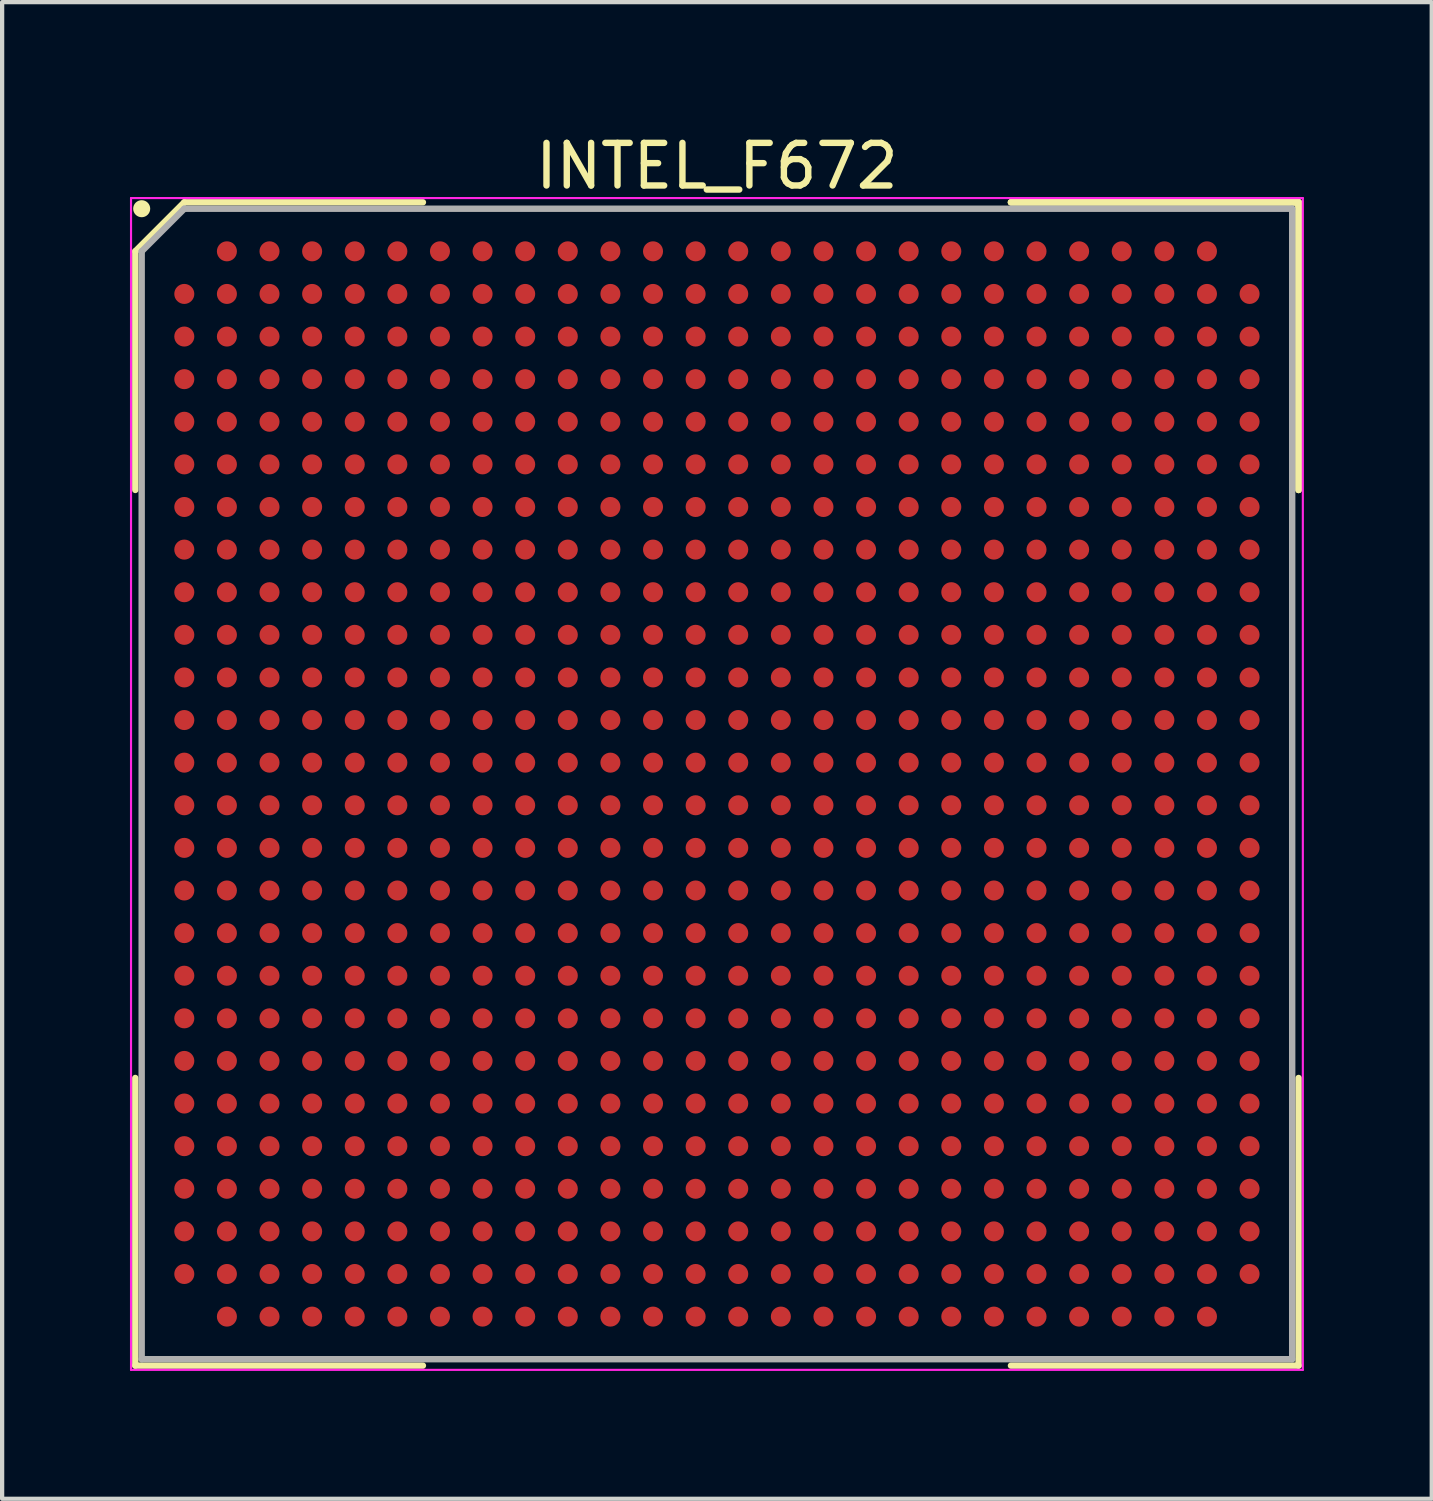
<source format=kicad_pcb>
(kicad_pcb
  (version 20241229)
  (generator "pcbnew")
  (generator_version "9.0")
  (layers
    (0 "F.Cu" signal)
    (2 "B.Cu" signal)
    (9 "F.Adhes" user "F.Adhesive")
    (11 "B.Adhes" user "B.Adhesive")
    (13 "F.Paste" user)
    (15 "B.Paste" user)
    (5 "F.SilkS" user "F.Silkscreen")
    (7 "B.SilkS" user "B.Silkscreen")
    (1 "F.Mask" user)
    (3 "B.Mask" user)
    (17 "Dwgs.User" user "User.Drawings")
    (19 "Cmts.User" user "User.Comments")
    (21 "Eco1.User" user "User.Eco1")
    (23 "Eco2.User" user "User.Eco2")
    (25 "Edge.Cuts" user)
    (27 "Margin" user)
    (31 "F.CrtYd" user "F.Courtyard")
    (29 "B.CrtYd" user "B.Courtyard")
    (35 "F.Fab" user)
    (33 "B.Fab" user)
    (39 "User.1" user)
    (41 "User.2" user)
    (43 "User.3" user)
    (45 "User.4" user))
  (footprint "INTEL_F672"
    (layer "F.Cu")
    (at 13.775 15.348)
    (property "Reference" "INTEL_F672" (at 0 -14.5 0) (layer "F.SilkS") (effects (font (size 1 1) (thickness 0.15))))
    (attr smd)
    (fp_line (start -13.65 -12.5) (end -13.65 -6.9) (stroke (width 0.15) (type solid)) (layer "F.SilkS"))
    (fp_line (start -13.65 13.65) (end -13.65 6.9) (stroke (width 0.15) (type solid)) (layer "F.SilkS"))
    (fp_line (start -12.5 -13.65) (end -13.65 -12.5) (stroke (width 0.15) (type solid)) (layer "F.SilkS"))
    (fp_line (start -6.9 -13.65) (end -12.5 -13.65) (stroke (width 0.15) (type solid)) (layer "F.SilkS"))
    (fp_line (start -6.9 13.65) (end -13.65 13.65) (stroke (width 0.15) (type solid)) (layer "F.SilkS"))
    (fp_line (start 6.9 -13.65) (end 13.65 -13.65) (stroke (width 0.15) (type solid)) (layer "F.SilkS"))
    (fp_line (start 6.9 -13.65) (end 13.65 -13.65) (stroke (width 0.15) (type solid)) (layer "F.SilkS"))
    (fp_line (start 6.9 -13.65) (end 13.65 -13.65) (stroke (width 0.15) (type solid)) (layer "F.SilkS"))
    (fp_line (start 6.9 13.65) (end 13.65 13.65) (stroke (width 0.15) (type solid)) (layer "F.SilkS"))
    (fp_line (start 13.65 -13.65) (end 13.65 -6.9) (stroke (width 0.15) (type solid)) (layer "F.SilkS"))
    (fp_line (start 13.65 -13.65) (end 13.65 -6.9) (stroke (width 0.15) (type solid)) (layer "F.SilkS"))
    (fp_line (start 13.65 -13.65) (end 13.65 -6.9) (stroke (width 0.15) (type solid)) (layer "F.SilkS"))
    (fp_line (start 13.65 13.65) (end 13.65 6.9) (stroke (width 0.15) (type solid)) (layer "F.SilkS"))
    (fp_circle (center -13.5 -13.5) (end -13.5 -13.4) (stroke (width 0.2) (type solid)) (fill no) (layer "F.SilkS"))
    (fp_line (start -13.75 -13.75) (end 13.75 -13.75) (stroke (width 0.05) (type solid)) (layer "F.CrtYd"))
    (fp_line (start -13.75 13.75) (end -13.75 -13.75) (stroke (width 0.05) (type solid)) (layer "F.CrtYd"))
    (fp_line (start 13.75 -13.75) (end 13.75 13.75) (stroke (width 0.05) (type solid)) (layer "F.CrtYd"))
    (fp_line (start 13.75 13.75) (end -13.75 13.75) (stroke (width 0.05) (type solid)) (layer "F.CrtYd"))
    (fp_line (start -13.5 -12.5) (end -13.5 13.5) (stroke (width 0.15) (type solid)) (layer "F.Fab"))
    (fp_line (start -13.5 13.5) (end 13.5 13.5) (stroke (width 0.15) (type solid)) (layer "F.Fab"))
    (fp_line (start -12.5 -13.5) (end -13.5 -12.5) (stroke (width 0.15) (type solid)) (layer "F.Fab"))
    (fp_line (start 13.5 -13.5) (end -12.5 -13.5) (stroke (width 0.15) (type solid)) (layer "F.Fab"))
    (fp_line (start 13.5 13.5) (end 13.5 -13.5) (stroke (width 0.15) (type solid)) (layer "F.Fab"))
    (pad "A2" smd circle (at -11.5 -12.5) (size 0.47 0.47) (layers "F.Cu" "F.Mask" "F.Paste"))
    (pad "A3" smd circle (at -10.5 -12.5) (size 0.47 0.47) (layers "F.Cu" "F.Mask" "F.Paste"))
    (pad "A4" smd circle (at -9.5 -12.5) (size 0.47 0.47) (layers "F.Cu" "F.Mask" "F.Paste"))
    (pad "A5" smd circle (at -8.5 -12.5) (size 0.47 0.47) (layers "F.Cu" "F.Mask" "F.Paste"))
    (pad "A6" smd circle (at -7.5 -12.5) (size 0.47 0.47) (layers "F.Cu" "F.Mask" "F.Paste"))
    (pad "A7" smd circle (at -6.5 -12.5) (size 0.47 0.47) (layers "F.Cu" "F.Mask" "F.Paste"))
    (pad "A8" smd circle (at -5.5 -12.5) (size 0.47 0.47) (layers "F.Cu" "F.Mask" "F.Paste"))
    (pad "A9" smd circle (at -4.5 -12.5) (size 0.47 0.47) (layers "F.Cu" "F.Mask" "F.Paste"))
    (pad "A10" smd circle (at -3.5 -12.5) (size 0.47 0.47) (layers "F.Cu" "F.Mask" "F.Paste"))
    (pad "A11" smd circle (at -2.5 -12.5) (size 0.47 0.47) (layers "F.Cu" "F.Mask" "F.Paste"))
    (pad "A12" smd circle (at -1.5 -12.5) (size 0.47 0.47) (layers "F.Cu" "F.Mask" "F.Paste"))
    (pad "A13" smd circle (at -0.5 -12.5) (size 0.47 0.47) (layers "F.Cu" "F.Mask" "F.Paste"))
    (pad "A14" smd circle (at 0.5 -12.5) (size 0.47 0.47) (layers "F.Cu" "F.Mask" "F.Paste"))
    (pad "A15" smd circle (at 1.5 -12.5) (size 0.47 0.47) (layers "F.Cu" "F.Mask" "F.Paste"))
    (pad "A16" smd circle (at 2.5 -12.5) (size 0.47 0.47) (layers "F.Cu" "F.Mask" "F.Paste"))
    (pad "A17" smd circle (at 3.5 -12.5) (size 0.47 0.47) (layers "F.Cu" "F.Mask" "F.Paste"))
    (pad "A18" smd circle (at 4.5 -12.5) (size 0.47 0.47) (layers "F.Cu" "F.Mask" "F.Paste"))
    (pad "A19" smd circle (at 5.5 -12.5) (size 0.47 0.47) (layers "F.Cu" "F.Mask" "F.Paste"))
    (pad "A20" smd circle (at 6.5 -12.5) (size 0.47 0.47) (layers "F.Cu" "F.Mask" "F.Paste"))
    (pad "A21" smd circle (at 7.5 -12.5) (size 0.47 0.47) (layers "F.Cu" "F.Mask" "F.Paste"))
    (pad "A22" smd circle (at 8.5 -12.5) (size 0.47 0.47) (layers "F.Cu" "F.Mask" "F.Paste"))
    (pad "A23" smd circle (at 9.5 -12.5) (size 0.47 0.47) (layers "F.Cu" "F.Mask" "F.Paste"))
    (pad "A24" smd circle (at 10.5 -12.5) (size 0.47 0.47) (layers "F.Cu" "F.Mask" "F.Paste"))
    (pad "A25" smd circle (at 11.5 -12.5) (size 0.47 0.47) (layers "F.Cu" "F.Mask" "F.Paste"))
    (pad "AA1" smd circle (at -12.5 7.5) (size 0.47 0.47) (layers "F.Cu" "F.Mask" "F.Paste"))
    (pad "AA2" smd circle (at -11.5 7.5) (size 0.47 0.47) (layers "F.Cu" "F.Mask" "F.Paste"))
    (pad "AA3" smd circle (at -10.5 7.5) (size 0.47 0.47) (layers "F.Cu" "F.Mask" "F.Paste"))
    (pad "AA4" smd circle (at -9.5 7.5) (size 0.47 0.47) (layers "F.Cu" "F.Mask" "F.Paste"))
    (pad "AA5" smd circle (at -8.5 7.5) (size 0.47 0.47) (layers "F.Cu" "F.Mask" "F.Paste"))
    (pad "AA6" smd circle (at -7.5 7.5) (size 0.47 0.47) (layers "F.Cu" "F.Mask" "F.Paste"))
    (pad "AA7" smd circle (at -6.5 7.5) (size 0.47 0.47) (layers "F.Cu" "F.Mask" "F.Paste"))
    (pad "AA8" smd circle (at -5.5 7.5) (size 0.47 0.47) (layers "F.Cu" "F.Mask" "F.Paste"))
    (pad "AA9" smd circle (at -4.5 7.5) (size 0.47 0.47) (layers "F.Cu" "F.Mask" "F.Paste"))
    (pad "AA10" smd circle (at -3.5 7.5) (size 0.47 0.47) (layers "F.Cu" "F.Mask" "F.Paste"))
    (pad "AA11" smd circle (at -2.5 7.5) (size 0.47 0.47) (layers "F.Cu" "F.Mask" "F.Paste"))
    (pad "AA12" smd circle (at -1.5 7.5) (size 0.47 0.47) (layers "F.Cu" "F.Mask" "F.Paste"))
    (pad "AA13" smd circle (at -0.5 7.5) (size 0.47 0.47) (layers "F.Cu" "F.Mask" "F.Paste"))
    (pad "AA14" smd circle (at 0.5 7.5) (size 0.47 0.47) (layers "F.Cu" "F.Mask" "F.Paste"))
    (pad "AA15" smd circle (at 1.5 7.5) (size 0.47 0.47) (layers "F.Cu" "F.Mask" "F.Paste"))
    (pad "AA16" smd circle (at 2.5 7.5) (size 0.47 0.47) (layers "F.Cu" "F.Mask" "F.Paste"))
    (pad "AA17" smd circle (at 3.5 7.5) (size 0.47 0.47) (layers "F.Cu" "F.Mask" "F.Paste"))
    (pad "AA18" smd circle (at 4.5 7.5) (size 0.47 0.47) (layers "F.Cu" "F.Mask" "F.Paste"))
    (pad "AA19" smd circle (at 5.5 7.5) (size 0.47 0.47) (layers "F.Cu" "F.Mask" "F.Paste"))
    (pad "AA20" smd circle (at 6.5 7.5) (size 0.47 0.47) (layers "F.Cu" "F.Mask" "F.Paste"))
    (pad "AA21" smd circle (at 7.5 7.5) (size 0.47 0.47) (layers "F.Cu" "F.Mask" "F.Paste"))
    (pad "AA22" smd circle (at 8.5 7.5) (size 0.47 0.47) (layers "F.Cu" "F.Mask" "F.Paste"))
    (pad "AA23" smd circle (at 9.5 7.5) (size 0.47 0.47) (layers "F.Cu" "F.Mask" "F.Paste"))
    (pad "AA24" smd circle (at 10.5 7.5) (size 0.47 0.47) (layers "F.Cu" "F.Mask" "F.Paste"))
    (pad "AA25" smd circle (at 11.5 7.5) (size 0.47 0.47) (layers "F.Cu" "F.Mask" "F.Paste"))
    (pad "AA26" smd circle (at 12.5 7.5) (size 0.47 0.47) (layers "F.Cu" "F.Mask" "F.Paste"))
    (pad "AB1" smd circle (at -12.5 8.5) (size 0.47 0.47) (layers "F.Cu" "F.Mask" "F.Paste"))
    (pad "AB2" smd circle (at -11.5 8.5) (size 0.47 0.47) (layers "F.Cu" "F.Mask" "F.Paste"))
    (pad "AB3" smd circle (at -10.5 8.5) (size 0.47 0.47) (layers "F.Cu" "F.Mask" "F.Paste"))
    (pad "AB4" smd circle (at -9.5 8.5) (size 0.47 0.47) (layers "F.Cu" "F.Mask" "F.Paste"))
    (pad "AB5" smd circle (at -8.5 8.5) (size 0.47 0.47) (layers "F.Cu" "F.Mask" "F.Paste"))
    (pad "AB6" smd circle (at -7.5 8.5) (size 0.47 0.47) (layers "F.Cu" "F.Mask" "F.Paste"))
    (pad "AB7" smd circle (at -6.5 8.5) (size 0.47 0.47) (layers "F.Cu" "F.Mask" "F.Paste"))
    (pad "AB8" smd circle (at -5.5 8.5) (size 0.47 0.47) (layers "F.Cu" "F.Mask" "F.Paste"))
    (pad "AB9" smd circle (at -4.5 8.5) (size 0.47 0.47) (layers "F.Cu" "F.Mask" "F.Paste"))
    (pad "AB10" smd circle (at -3.5 8.5) (size 0.47 0.47) (layers "F.Cu" "F.Mask" "F.Paste"))
    (pad "AB11" smd circle (at -2.5 8.5) (size 0.47 0.47) (layers "F.Cu" "F.Mask" "F.Paste"))
    (pad "AB12" smd circle (at -1.5 8.5) (size 0.47 0.47) (layers "F.Cu" "F.Mask" "F.Paste"))
    (pad "AB13" smd circle (at -0.5 8.5) (size 0.47 0.47) (layers "F.Cu" "F.Mask" "F.Paste"))
    (pad "AB14" smd circle (at 0.5 8.5) (size 0.47 0.47) (layers "F.Cu" "F.Mask" "F.Paste"))
    (pad "AB15" smd circle (at 1.5 8.5) (size 0.47 0.47) (layers "F.Cu" "F.Mask" "F.Paste"))
    (pad "AB16" smd circle (at 2.5 8.5) (size 0.47 0.47) (layers "F.Cu" "F.Mask" "F.Paste"))
    (pad "AB17" smd circle (at 3.5 8.5) (size 0.47 0.47) (layers "F.Cu" "F.Mask" "F.Paste"))
    (pad "AB18" smd circle (at 4.5 8.5) (size 0.47 0.47) (layers "F.Cu" "F.Mask" "F.Paste"))
    (pad "AB19" smd circle (at 5.5 8.5) (size 0.47 0.47) (layers "F.Cu" "F.Mask" "F.Paste"))
    (pad "AB20" smd circle (at 6.5 8.5) (size 0.47 0.47) (layers "F.Cu" "F.Mask" "F.Paste"))
    (pad "AB21" smd circle (at 7.5 8.5) (size 0.47 0.47) (layers "F.Cu" "F.Mask" "F.Paste"))
    (pad "AB22" smd circle (at 8.5 8.5) (size 0.47 0.47) (layers "F.Cu" "F.Mask" "F.Paste"))
    (pad "AB23" smd circle (at 9.5 8.5) (size 0.47 0.47) (layers "F.Cu" "F.Mask" "F.Paste"))
    (pad "AB24" smd circle (at 10.5 8.5) (size 0.47 0.47) (layers "F.Cu" "F.Mask" "F.Paste"))
    (pad "AB25" smd circle (at 11.5 8.5) (size 0.47 0.47) (layers "F.Cu" "F.Mask" "F.Paste"))
    (pad "AB26" smd circle (at 12.5 8.5) (size 0.47 0.47) (layers "F.Cu" "F.Mask" "F.Paste"))
    (pad "AC1" smd circle (at -12.5 9.5) (size 0.47 0.47) (layers "F.Cu" "F.Mask" "F.Paste"))
    (pad "AC2" smd circle (at -11.5 9.5) (size 0.47 0.47) (layers "F.Cu" "F.Mask" "F.Paste"))
    (pad "AC3" smd circle (at -10.5 9.5) (size 0.47 0.47) (layers "F.Cu" "F.Mask" "F.Paste"))
    (pad "AC4" smd circle (at -9.5 9.5) (size 0.47 0.47) (layers "F.Cu" "F.Mask" "F.Paste"))
    (pad "AC5" smd circle (at -8.5 9.5) (size 0.47 0.47) (layers "F.Cu" "F.Mask" "F.Paste"))
    (pad "AC6" smd circle (at -7.5 9.5) (size 0.47 0.47) (layers "F.Cu" "F.Mask" "F.Paste"))
    (pad "AC7" smd circle (at -6.5 9.5) (size 0.47 0.47) (layers "F.Cu" "F.Mask" "F.Paste"))
    (pad "AC8" smd circle (at -5.5 9.5) (size 0.47 0.47) (layers "F.Cu" "F.Mask" "F.Paste"))
    (pad "AC9" smd circle (at -4.5 9.5) (size 0.47 0.47) (layers "F.Cu" "F.Mask" "F.Paste"))
    (pad "AC10" smd circle (at -3.5 9.5) (size 0.47 0.47) (layers "F.Cu" "F.Mask" "F.Paste"))
    (pad "AC11" smd circle (at -2.5 9.5) (size 0.47 0.47) (layers "F.Cu" "F.Mask" "F.Paste"))
    (pad "AC12" smd circle (at -1.5 9.5) (size 0.47 0.47) (layers "F.Cu" "F.Mask" "F.Paste"))
    (pad "AC13" smd circle (at -0.5 9.5) (size 0.47 0.47) (layers "F.Cu" "F.Mask" "F.Paste"))
    (pad "AC14" smd circle (at 0.5 9.5) (size 0.47 0.47) (layers "F.Cu" "F.Mask" "F.Paste"))
    (pad "AC15" smd circle (at 1.5 9.5) (size 0.47 0.47) (layers "F.Cu" "F.Mask" "F.Paste"))
    (pad "AC16" smd circle (at 2.5 9.5) (size 0.47 0.47) (layers "F.Cu" "F.Mask" "F.Paste"))
    (pad "AC17" smd circle (at 3.5 9.5) (size 0.47 0.47) (layers "F.Cu" "F.Mask" "F.Paste"))
    (pad "AC18" smd circle (at 4.5 9.5) (size 0.47 0.47) (layers "F.Cu" "F.Mask" "F.Paste"))
    (pad "AC19" smd circle (at 5.5 9.5) (size 0.47 0.47) (layers "F.Cu" "F.Mask" "F.Paste"))
    (pad "AC20" smd circle (at 6.5 9.5) (size 0.47 0.47) (layers "F.Cu" "F.Mask" "F.Paste"))
    (pad "AC21" smd circle (at 7.5 9.5) (size 0.47 0.47) (layers "F.Cu" "F.Mask" "F.Paste"))
    (pad "AC22" smd circle (at 8.5 9.5) (size 0.47 0.47) (layers "F.Cu" "F.Mask" "F.Paste"))
    (pad "AC23" smd circle (at 9.5 9.5) (size 0.47 0.47) (layers "F.Cu" "F.Mask" "F.Paste"))
    (pad "AC24" smd circle (at 10.5 9.5) (size 0.47 0.47) (layers "F.Cu" "F.Mask" "F.Paste"))
    (pad "AC25" smd circle (at 11.5 9.5) (size 0.47 0.47) (layers "F.Cu" "F.Mask" "F.Paste"))
    (pad "AC26" smd circle (at 12.5 9.5) (size 0.47 0.47) (layers "F.Cu" "F.Mask" "F.Paste"))
    (pad "AD1" smd circle (at -12.5 10.5) (size 0.47 0.47) (layers "F.Cu" "F.Mask" "F.Paste"))
    (pad "AD2" smd circle (at -11.5 10.5) (size 0.47 0.47) (layers "F.Cu" "F.Mask" "F.Paste"))
    (pad "AD3" smd circle (at -10.5 10.5) (size 0.47 0.47) (layers "F.Cu" "F.Mask" "F.Paste"))
    (pad "AD4" smd circle (at -9.5 10.5) (size 0.47 0.47) (layers "F.Cu" "F.Mask" "F.Paste"))
    (pad "AD5" smd circle (at -8.5 10.5) (size 0.47 0.47) (layers "F.Cu" "F.Mask" "F.Paste"))
    (pad "AD6" smd circle (at -7.5 10.5) (size 0.47 0.47) (layers "F.Cu" "F.Mask" "F.Paste"))
    (pad "AD7" smd circle (at -6.5 10.5) (size 0.47 0.47) (layers "F.Cu" "F.Mask" "F.Paste"))
    (pad "AD8" smd circle (at -5.5 10.5) (size 0.47 0.47) (layers "F.Cu" "F.Mask" "F.Paste"))
    (pad "AD9" smd circle (at -4.5 10.5) (size 0.47 0.47) (layers "F.Cu" "F.Mask" "F.Paste"))
    (pad "AD10" smd circle (at -3.5 10.5) (size 0.47 0.47) (layers "F.Cu" "F.Mask" "F.Paste"))
    (pad "AD11" smd circle (at -2.5 10.5) (size 0.47 0.47) (layers "F.Cu" "F.Mask" "F.Paste"))
    (pad "AD12" smd circle (at -1.5 10.5) (size 0.47 0.47) (layers "F.Cu" "F.Mask" "F.Paste"))
    (pad "AD13" smd circle (at -0.5 10.5) (size 0.47 0.47) (layers "F.Cu" "F.Mask" "F.Paste"))
    (pad "AD14" smd circle (at 0.5 10.5) (size 0.47 0.47) (layers "F.Cu" "F.Mask" "F.Paste"))
    (pad "AD15" smd circle (at 1.5 10.5) (size 0.47 0.47) (layers "F.Cu" "F.Mask" "F.Paste"))
    (pad "AD16" smd circle (at 2.5 10.5) (size 0.47 0.47) (layers "F.Cu" "F.Mask" "F.Paste"))
    (pad "AD17" smd circle (at 3.5 10.5) (size 0.47 0.47) (layers "F.Cu" "F.Mask" "F.Paste"))
    (pad "AD18" smd circle (at 4.5 10.5) (size 0.47 0.47) (layers "F.Cu" "F.Mask" "F.Paste"))
    (pad "AD19" smd circle (at 5.5 10.5) (size 0.47 0.47) (layers "F.Cu" "F.Mask" "F.Paste"))
    (pad "AD20" smd circle (at 6.5 10.5) (size 0.47 0.47) (layers "F.Cu" "F.Mask" "F.Paste"))
    (pad "AD21" smd circle (at 7.5 10.5) (size 0.47 0.47) (layers "F.Cu" "F.Mask" "F.Paste"))
    (pad "AD22" smd circle (at 8.5 10.5) (size 0.47 0.47) (layers "F.Cu" "F.Mask" "F.Paste"))
    (pad "AD23" smd circle (at 9.5 10.5) (size 0.47 0.47) (layers "F.Cu" "F.Mask" "F.Paste"))
    (pad "AD24" smd circle (at 10.5 10.5) (size 0.47 0.47) (layers "F.Cu" "F.Mask" "F.Paste"))
    (pad "AD25" smd circle (at 11.5 10.5) (size 0.47 0.47) (layers "F.Cu" "F.Mask" "F.Paste"))
    (pad "AD26" smd circle (at 12.5 10.5) (size 0.47 0.47) (layers "F.Cu" "F.Mask" "F.Paste"))
    (pad "AE1" smd circle (at -12.5 11.5) (size 0.47 0.47) (layers "F.Cu" "F.Mask" "F.Paste"))
    (pad "AE2" smd circle (at -11.5 11.5) (size 0.47 0.47) (layers "F.Cu" "F.Mask" "F.Paste"))
    (pad "AE3" smd circle (at -10.5 11.5) (size 0.47 0.47) (layers "F.Cu" "F.Mask" "F.Paste"))
    (pad "AE4" smd circle (at -9.5 11.5) (size 0.47 0.47) (layers "F.Cu" "F.Mask" "F.Paste"))
    (pad "AE5" smd circle (at -8.5 11.5) (size 0.47 0.47) (layers "F.Cu" "F.Mask" "F.Paste"))
    (pad "AE6" smd circle (at -7.5 11.5) (size 0.47 0.47) (layers "F.Cu" "F.Mask" "F.Paste"))
    (pad "AE7" smd circle (at -6.5 11.5) (size 0.47 0.47) (layers "F.Cu" "F.Mask" "F.Paste"))
    (pad "AE8" smd circle (at -5.5 11.5) (size 0.47 0.47) (layers "F.Cu" "F.Mask" "F.Paste"))
    (pad "AE9" smd circle (at -4.5 11.5) (size 0.47 0.47) (layers "F.Cu" "F.Mask" "F.Paste"))
    (pad "AE10" smd circle (at -3.5 11.5) (size 0.47 0.47) (layers "F.Cu" "F.Mask" "F.Paste"))
    (pad "AE11" smd circle (at -2.5 11.5) (size 0.47 0.47) (layers "F.Cu" "F.Mask" "F.Paste"))
    (pad "AE12" smd circle (at -1.5 11.5) (size 0.47 0.47) (layers "F.Cu" "F.Mask" "F.Paste"))
    (pad "AE13" smd circle (at -0.5 11.5) (size 0.47 0.47) (layers "F.Cu" "F.Mask" "F.Paste"))
    (pad "AE14" smd circle (at 0.5 11.5) (size 0.47 0.47) (layers "F.Cu" "F.Mask" "F.Paste"))
    (pad "AE15" smd circle (at 1.5 11.5) (size 0.47 0.47) (layers "F.Cu" "F.Mask" "F.Paste"))
    (pad "AE16" smd circle (at 2.5 11.5) (size 0.47 0.47) (layers "F.Cu" "F.Mask" "F.Paste"))
    (pad "AE17" smd circle (at 3.5 11.5) (size 0.47 0.47) (layers "F.Cu" "F.Mask" "F.Paste"))
    (pad "AE18" smd circle (at 4.5 11.5) (size 0.47 0.47) (layers "F.Cu" "F.Mask" "F.Paste"))
    (pad "AE19" smd circle (at 5.5 11.5) (size 0.47 0.47) (layers "F.Cu" "F.Mask" "F.Paste"))
    (pad "AE20" smd circle (at 6.5 11.5) (size 0.47 0.47) (layers "F.Cu" "F.Mask" "F.Paste"))
    (pad "AE21" smd circle (at 7.5 11.5) (size 0.47 0.47) (layers "F.Cu" "F.Mask" "F.Paste"))
    (pad "AE22" smd circle (at 8.5 11.5) (size 0.47 0.47) (layers "F.Cu" "F.Mask" "F.Paste"))
    (pad "AE23" smd circle (at 9.5 11.5) (size 0.47 0.47) (layers "F.Cu" "F.Mask" "F.Paste"))
    (pad "AE24" smd circle (at 10.5 11.5) (size 0.47 0.47) (layers "F.Cu" "F.Mask" "F.Paste"))
    (pad "AE25" smd circle (at 11.5 11.5) (size 0.47 0.47) (layers "F.Cu" "F.Mask" "F.Paste"))
    (pad "AE26" smd circle (at 12.5 11.5) (size 0.47 0.47) (layers "F.Cu" "F.Mask" "F.Paste"))
    (pad "AF2" smd circle (at -11.5 12.5) (size 0.47 0.47) (layers "F.Cu" "F.Mask" "F.Paste"))
    (pad "AF3" smd circle (at -10.5 12.5) (size 0.47 0.47) (layers "F.Cu" "F.Mask" "F.Paste"))
    (pad "AF4" smd circle (at -9.5 12.5) (size 0.47 0.47) (layers "F.Cu" "F.Mask" "F.Paste"))
    (pad "AF5" smd circle (at -8.5 12.5) (size 0.47 0.47) (layers "F.Cu" "F.Mask" "F.Paste"))
    (pad "AF6" smd circle (at -7.5 12.5) (size 0.47 0.47) (layers "F.Cu" "F.Mask" "F.Paste"))
    (pad "AF7" smd circle (at -6.5 12.5) (size 0.47 0.47) (layers "F.Cu" "F.Mask" "F.Paste"))
    (pad "AF8" smd circle (at -5.5 12.5) (size 0.47 0.47) (layers "F.Cu" "F.Mask" "F.Paste"))
    (pad "AF9" smd circle (at -4.5 12.5) (size 0.47 0.47) (layers "F.Cu" "F.Mask" "F.Paste"))
    (pad "AF10" smd circle (at -3.5 12.5) (size 0.47 0.47) (layers "F.Cu" "F.Mask" "F.Paste"))
    (pad "AF11" smd circle (at -2.5 12.5) (size 0.47 0.47) (layers "F.Cu" "F.Mask" "F.Paste"))
    (pad "AF12" smd circle (at -1.5 12.5) (size 0.47 0.47) (layers "F.Cu" "F.Mask" "F.Paste"))
    (pad "AF13" smd circle (at -0.5 12.5) (size 0.47 0.47) (layers "F.Cu" "F.Mask" "F.Paste"))
    (pad "AF14" smd circle (at 0.5 12.5) (size 0.47 0.47) (layers "F.Cu" "F.Mask" "F.Paste"))
    (pad "AF15" smd circle (at 1.5 12.5) (size 0.47 0.47) (layers "F.Cu" "F.Mask" "F.Paste"))
    (pad "AF16" smd circle (at 2.5 12.5) (size 0.47 0.47) (layers "F.Cu" "F.Mask" "F.Paste"))
    (pad "AF17" smd circle (at 3.5 12.5) (size 0.47 0.47) (layers "F.Cu" "F.Mask" "F.Paste"))
    (pad "AF18" smd circle (at 4.5 12.5) (size 0.47 0.47) (layers "F.Cu" "F.Mask" "F.Paste"))
    (pad "AF19" smd circle (at 5.5 12.5) (size 0.47 0.47) (layers "F.Cu" "F.Mask" "F.Paste"))
    (pad "AF20" smd circle (at 6.5 12.5) (size 0.47 0.47) (layers "F.Cu" "F.Mask" "F.Paste"))
    (pad "AF21" smd circle (at 7.5 12.5) (size 0.47 0.47) (layers "F.Cu" "F.Mask" "F.Paste"))
    (pad "AF22" smd circle (at 8.5 12.5) (size 0.47 0.47) (layers "F.Cu" "F.Mask" "F.Paste"))
    (pad "AF23" smd circle (at 9.5 12.5) (size 0.47 0.47) (layers "F.Cu" "F.Mask" "F.Paste"))
    (pad "AF24" smd circle (at 10.5 12.5) (size 0.47 0.47) (layers "F.Cu" "F.Mask" "F.Paste"))
    (pad "AF25" smd circle (at 11.5 12.5) (size 0.47 0.47) (layers "F.Cu" "F.Mask" "F.Paste"))
    (pad "B1" smd circle (at -12.5 -11.5) (size 0.47 0.47) (layers "F.Cu" "F.Mask" "F.Paste"))
    (pad "B2" smd circle (at -11.5 -11.5) (size 0.47 0.47) (layers "F.Cu" "F.Mask" "F.Paste"))
    (pad "B3" smd circle (at -10.5 -11.5) (size 0.47 0.47) (layers "F.Cu" "F.Mask" "F.Paste"))
    (pad "B4" smd circle (at -9.5 -11.5) (size 0.47 0.47) (layers "F.Cu" "F.Mask" "F.Paste"))
    (pad "B5" smd circle (at -8.5 -11.5) (size 0.47 0.47) (layers "F.Cu" "F.Mask" "F.Paste"))
    (pad "B6" smd circle (at -7.5 -11.5) (size 0.47 0.47) (layers "F.Cu" "F.Mask" "F.Paste"))
    (pad "B7" smd circle (at -6.5 -11.5) (size 0.47 0.47) (layers "F.Cu" "F.Mask" "F.Paste"))
    (pad "B8" smd circle (at -5.5 -11.5) (size 0.47 0.47) (layers "F.Cu" "F.Mask" "F.Paste"))
    (pad "B9" smd circle (at -4.5 -11.5) (size 0.47 0.47) (layers "F.Cu" "F.Mask" "F.Paste"))
    (pad "B10" smd circle (at -3.5 -11.5) (size 0.47 0.47) (layers "F.Cu" "F.Mask" "F.Paste"))
    (pad "B11" smd circle (at -2.5 -11.5) (size 0.47 0.47) (layers "F.Cu" "F.Mask" "F.Paste"))
    (pad "B12" smd circle (at -1.5 -11.5) (size 0.47 0.47) (layers "F.Cu" "F.Mask" "F.Paste"))
    (pad "B13" smd circle (at -0.5 -11.5) (size 0.47 0.47) (layers "F.Cu" "F.Mask" "F.Paste"))
    (pad "B14" smd circle (at 0.5 -11.5) (size 0.47 0.47) (layers "F.Cu" "F.Mask" "F.Paste"))
    (pad "B15" smd circle (at 1.5 -11.5) (size 0.47 0.47) (layers "F.Cu" "F.Mask" "F.Paste"))
    (pad "B16" smd circle (at 2.5 -11.5) (size 0.47 0.47) (layers "F.Cu" "F.Mask" "F.Paste"))
    (pad "B17" smd circle (at 3.5 -11.5) (size 0.47 0.47) (layers "F.Cu" "F.Mask" "F.Paste"))
    (pad "B18" smd circle (at 4.5 -11.5) (size 0.47 0.47) (layers "F.Cu" "F.Mask" "F.Paste"))
    (pad "B19" smd circle (at 5.5 -11.5) (size 0.47 0.47) (layers "F.Cu" "F.Mask" "F.Paste"))
    (pad "B20" smd circle (at 6.5 -11.5) (size 0.47 0.47) (layers "F.Cu" "F.Mask" "F.Paste"))
    (pad "B21" smd circle (at 7.5 -11.5) (size 0.47 0.47) (layers "F.Cu" "F.Mask" "F.Paste"))
    (pad "B22" smd circle (at 8.5 -11.5) (size 0.47 0.47) (layers "F.Cu" "F.Mask" "F.Paste"))
    (pad "B23" smd circle (at 9.5 -11.5) (size 0.47 0.47) (layers "F.Cu" "F.Mask" "F.Paste"))
    (pad "B24" smd circle (at 10.5 -11.5) (size 0.47 0.47) (layers "F.Cu" "F.Mask" "F.Paste"))
    (pad "B25" smd circle (at 11.5 -11.5) (size 0.47 0.47) (layers "F.Cu" "F.Mask" "F.Paste"))
    (pad "B26" smd circle (at 12.5 -11.5) (size 0.47 0.47) (layers "F.Cu" "F.Mask" "F.Paste"))
    (pad "C1" smd circle (at -12.5 -10.5) (size 0.47 0.47) (layers "F.Cu" "F.Mask" "F.Paste"))
    (pad "C2" smd circle (at -11.5 -10.5) (size 0.47 0.47) (layers "F.Cu" "F.Mask" "F.Paste"))
    (pad "C3" smd circle (at -10.5 -10.5) (size 0.47 0.47) (layers "F.Cu" "F.Mask" "F.Paste"))
    (pad "C4" smd circle (at -9.5 -10.5) (size 0.47 0.47) (layers "F.Cu" "F.Mask" "F.Paste"))
    (pad "C5" smd circle (at -8.5 -10.5) (size 0.47 0.47) (layers "F.Cu" "F.Mask" "F.Paste"))
    (pad "C6" smd circle (at -7.5 -10.5) (size 0.47 0.47) (layers "F.Cu" "F.Mask" "F.Paste"))
    (pad "C7" smd circle (at -6.5 -10.5) (size 0.47 0.47) (layers "F.Cu" "F.Mask" "F.Paste"))
    (pad "C8" smd circle (at -5.5 -10.5) (size 0.47 0.47) (layers "F.Cu" "F.Mask" "F.Paste"))
    (pad "C9" smd circle (at -4.5 -10.5) (size 0.47 0.47) (layers "F.Cu" "F.Mask" "F.Paste"))
    (pad "C10" smd circle (at -3.5 -10.5) (size 0.47 0.47) (layers "F.Cu" "F.Mask" "F.Paste"))
    (pad "C11" smd circle (at -2.5 -10.5) (size 0.47 0.47) (layers "F.Cu" "F.Mask" "F.Paste"))
    (pad "C12" smd circle (at -1.5 -10.5) (size 0.47 0.47) (layers "F.Cu" "F.Mask" "F.Paste"))
    (pad "C13" smd circle (at -0.5 -10.5) (size 0.47 0.47) (layers "F.Cu" "F.Mask" "F.Paste"))
    (pad "C14" smd circle (at 0.5 -10.5) (size 0.47 0.47) (layers "F.Cu" "F.Mask" "F.Paste"))
    (pad "C15" smd circle (at 1.5 -10.5) (size 0.47 0.47) (layers "F.Cu" "F.Mask" "F.Paste"))
    (pad "C16" smd circle (at 2.5 -10.5) (size 0.47 0.47) (layers "F.Cu" "F.Mask" "F.Paste"))
    (pad "C17" smd circle (at 3.5 -10.5) (size 0.47 0.47) (layers "F.Cu" "F.Mask" "F.Paste"))
    (pad "C18" smd circle (at 4.5 -10.5) (size 0.47 0.47) (layers "F.Cu" "F.Mask" "F.Paste"))
    (pad "C19" smd circle (at 5.5 -10.5) (size 0.47 0.47) (layers "F.Cu" "F.Mask" "F.Paste"))
    (pad "C20" smd circle (at 6.5 -10.5) (size 0.47 0.47) (layers "F.Cu" "F.Mask" "F.Paste"))
    (pad "C21" smd circle (at 7.5 -10.5) (size 0.47 0.47) (layers "F.Cu" "F.Mask" "F.Paste"))
    (pad "C22" smd circle (at 8.5 -10.5) (size 0.47 0.47) (layers "F.Cu" "F.Mask" "F.Paste"))
    (pad "C23" smd circle (at 9.5 -10.5) (size 0.47 0.47) (layers "F.Cu" "F.Mask" "F.Paste"))
    (pad "C24" smd circle (at 10.5 -10.5) (size 0.47 0.47) (layers "F.Cu" "F.Mask" "F.Paste"))
    (pad "C25" smd circle (at 11.5 -10.5) (size 0.47 0.47) (layers "F.Cu" "F.Mask" "F.Paste"))
    (pad "C26" smd circle (at 12.5 -10.5) (size 0.47 0.47) (layers "F.Cu" "F.Mask" "F.Paste"))
    (pad "D1" smd circle (at -12.5 -9.5) (size 0.47 0.47) (layers "F.Cu" "F.Mask" "F.Paste"))
    (pad "D2" smd circle (at -11.5 -9.5) (size 0.47 0.47) (layers "F.Cu" "F.Mask" "F.Paste"))
    (pad "D3" smd circle (at -10.5 -9.5) (size 0.47 0.47) (layers "F.Cu" "F.Mask" "F.Paste"))
    (pad "D4" smd circle (at -9.5 -9.5) (size 0.47 0.47) (layers "F.Cu" "F.Mask" "F.Paste"))
    (pad "D5" smd circle (at -8.5 -9.5) (size 0.47 0.47) (layers "F.Cu" "F.Mask" "F.Paste"))
    (pad "D6" smd circle (at -7.5 -9.5) (size 0.47 0.47) (layers "F.Cu" "F.Mask" "F.Paste"))
    (pad "D7" smd circle (at -6.5 -9.5) (size 0.47 0.47) (layers "F.Cu" "F.Mask" "F.Paste"))
    (pad "D8" smd circle (at -5.5 -9.5) (size 0.47 0.47) (layers "F.Cu" "F.Mask" "F.Paste"))
    (pad "D9" smd circle (at -4.5 -9.5) (size 0.47 0.47) (layers "F.Cu" "F.Mask" "F.Paste"))
    (pad "D10" smd circle (at -3.5 -9.5) (size 0.47 0.47) (layers "F.Cu" "F.Mask" "F.Paste"))
    (pad "D11" smd circle (at -2.5 -9.5) (size 0.47 0.47) (layers "F.Cu" "F.Mask" "F.Paste"))
    (pad "D12" smd circle (at -1.5 -9.5) (size 0.47 0.47) (layers "F.Cu" "F.Mask" "F.Paste"))
    (pad "D13" smd circle (at -0.5 -9.5) (size 0.47 0.47) (layers "F.Cu" "F.Mask" "F.Paste"))
    (pad "D14" smd circle (at 0.5 -9.5) (size 0.47 0.47) (layers "F.Cu" "F.Mask" "F.Paste"))
    (pad "D15" smd circle (at 1.5 -9.5) (size 0.47 0.47) (layers "F.Cu" "F.Mask" "F.Paste"))
    (pad "D16" smd circle (at 2.5 -9.5) (size 0.47 0.47) (layers "F.Cu" "F.Mask" "F.Paste"))
    (pad "D17" smd circle (at 3.5 -9.5) (size 0.47 0.47) (layers "F.Cu" "F.Mask" "F.Paste"))
    (pad "D18" smd circle (at 4.5 -9.5) (size 0.47 0.47) (layers "F.Cu" "F.Mask" "F.Paste"))
    (pad "D19" smd circle (at 5.5 -9.5) (size 0.47 0.47) (layers "F.Cu" "F.Mask" "F.Paste"))
    (pad "D20" smd circle (at 6.5 -9.5) (size 0.47 0.47) (layers "F.Cu" "F.Mask" "F.Paste"))
    (pad "D21" smd circle (at 7.5 -9.5) (size 0.47 0.47) (layers "F.Cu" "F.Mask" "F.Paste"))
    (pad "D22" smd circle (at 8.5 -9.5) (size 0.47 0.47) (layers "F.Cu" "F.Mask" "F.Paste"))
    (pad "D23" smd circle (at 9.5 -9.5) (size 0.47 0.47) (layers "F.Cu" "F.Mask" "F.Paste"))
    (pad "D24" smd circle (at 10.5 -9.5) (size 0.47 0.47) (layers "F.Cu" "F.Mask" "F.Paste"))
    (pad "D25" smd circle (at 11.5 -9.5) (size 0.47 0.47) (layers "F.Cu" "F.Mask" "F.Paste"))
    (pad "D26" smd circle (at 12.5 -9.5) (size 0.47 0.47) (layers "F.Cu" "F.Mask" "F.Paste"))
    (pad "E1" smd circle (at -12.5 -8.5) (size 0.47 0.47) (layers "F.Cu" "F.Mask" "F.Paste"))
    (pad "E2" smd circle (at -11.5 -8.5) (size 0.47 0.47) (layers "F.Cu" "F.Mask" "F.Paste"))
    (pad "E3" smd circle (at -10.5 -8.5) (size 0.47 0.47) (layers "F.Cu" "F.Mask" "F.Paste"))
    (pad "E4" smd circle (at -9.5 -8.5) (size 0.47 0.47) (layers "F.Cu" "F.Mask" "F.Paste"))
    (pad "E5" smd circle (at -8.5 -8.5) (size 0.47 0.47) (layers "F.Cu" "F.Mask" "F.Paste"))
    (pad "E6" smd circle (at -7.5 -8.5) (size 0.47 0.47) (layers "F.Cu" "F.Mask" "F.Paste"))
    (pad "E7" smd circle (at -6.5 -8.5) (size 0.47 0.47) (layers "F.Cu" "F.Mask" "F.Paste"))
    (pad "E8" smd circle (at -5.5 -8.5) (size 0.47 0.47) (layers "F.Cu" "F.Mask" "F.Paste"))
    (pad "E9" smd circle (at -4.5 -8.5) (size 0.47 0.47) (layers "F.Cu" "F.Mask" "F.Paste"))
    (pad "E10" smd circle (at -3.5 -8.5) (size 0.47 0.47) (layers "F.Cu" "F.Mask" "F.Paste"))
    (pad "E11" smd circle (at -2.5 -8.5) (size 0.47 0.47) (layers "F.Cu" "F.Mask" "F.Paste"))
    (pad "E12" smd circle (at -1.5 -8.5) (size 0.47 0.47) (layers "F.Cu" "F.Mask" "F.Paste"))
    (pad "E13" smd circle (at -0.5 -8.5) (size 0.47 0.47) (layers "F.Cu" "F.Mask" "F.Paste"))
    (pad "E14" smd circle (at 0.5 -8.5) (size 0.47 0.47) (layers "F.Cu" "F.Mask" "F.Paste"))
    (pad "E15" smd circle (at 1.5 -8.5) (size 0.47 0.47) (layers "F.Cu" "F.Mask" "F.Paste"))
    (pad "E16" smd circle (at 2.5 -8.5) (size 0.47 0.47) (layers "F.Cu" "F.Mask" "F.Paste"))
    (pad "E17" smd circle (at 3.5 -8.5) (size 0.47 0.47) (layers "F.Cu" "F.Mask" "F.Paste"))
    (pad "E18" smd circle (at 4.5 -8.5) (size 0.47 0.47) (layers "F.Cu" "F.Mask" "F.Paste"))
    (pad "E19" smd circle (at 5.5 -8.5) (size 0.47 0.47) (layers "F.Cu" "F.Mask" "F.Paste"))
    (pad "E20" smd circle (at 6.5 -8.5) (size 0.47 0.47) (layers "F.Cu" "F.Mask" "F.Paste"))
    (pad "E21" smd circle (at 7.5 -8.5) (size 0.47 0.47) (layers "F.Cu" "F.Mask" "F.Paste"))
    (pad "E22" smd circle (at 8.5 -8.5) (size 0.47 0.47) (layers "F.Cu" "F.Mask" "F.Paste"))
    (pad "E23" smd circle (at 9.5 -8.5) (size 0.47 0.47) (layers "F.Cu" "F.Mask" "F.Paste"))
    (pad "E24" smd circle (at 10.5 -8.5) (size 0.47 0.47) (layers "F.Cu" "F.Mask" "F.Paste"))
    (pad "E25" smd circle (at 11.5 -8.5) (size 0.47 0.47) (layers "F.Cu" "F.Mask" "F.Paste"))
    (pad "E26" smd circle (at 12.5 -8.5) (size 0.47 0.47) (layers "F.Cu" "F.Mask" "F.Paste"))
    (pad "F1" smd circle (at -12.5 -7.5) (size 0.47 0.47) (layers "F.Cu" "F.Mask" "F.Paste"))
    (pad "F2" smd circle (at -11.5 -7.5) (size 0.47 0.47) (layers "F.Cu" "F.Mask" "F.Paste"))
    (pad "F3" smd circle (at -10.5 -7.5) (size 0.47 0.47) (layers "F.Cu" "F.Mask" "F.Paste"))
    (pad "F4" smd circle (at -9.5 -7.5) (size 0.47 0.47) (layers "F.Cu" "F.Mask" "F.Paste"))
    (pad "F5" smd circle (at -8.5 -7.5) (size 0.47 0.47) (layers "F.Cu" "F.Mask" "F.Paste"))
    (pad "F6" smd circle (at -7.5 -7.5) (size 0.47 0.47) (layers "F.Cu" "F.Mask" "F.Paste"))
    (pad "F7" smd circle (at -6.5 -7.5) (size 0.47 0.47) (layers "F.Cu" "F.Mask" "F.Paste"))
    (pad "F8" smd circle (at -5.5 -7.5) (size 0.47 0.47) (layers "F.Cu" "F.Mask" "F.Paste"))
    (pad "F9" smd circle (at -4.5 -7.5) (size 0.47 0.47) (layers "F.Cu" "F.Mask" "F.Paste"))
    (pad "F10" smd circle (at -3.5 -7.5) (size 0.47 0.47) (layers "F.Cu" "F.Mask" "F.Paste"))
    (pad "F11" smd circle (at -2.5 -7.5) (size 0.47 0.47) (layers "F.Cu" "F.Mask" "F.Paste"))
    (pad "F12" smd circle (at -1.5 -7.5) (size 0.47 0.47) (layers "F.Cu" "F.Mask" "F.Paste"))
    (pad "F13" smd circle (at -0.5 -7.5) (size 0.47 0.47) (layers "F.Cu" "F.Mask" "F.Paste"))
    (pad "F14" smd circle (at 0.5 -7.5) (size 0.47 0.47) (layers "F.Cu" "F.Mask" "F.Paste"))
    (pad "F15" smd circle (at 1.5 -7.5) (size 0.47 0.47) (layers "F.Cu" "F.Mask" "F.Paste"))
    (pad "F16" smd circle (at 2.5 -7.5) (size 0.47 0.47) (layers "F.Cu" "F.Mask" "F.Paste"))
    (pad "F17" smd circle (at 3.5 -7.5) (size 0.47 0.47) (layers "F.Cu" "F.Mask" "F.Paste"))
    (pad "F18" smd circle (at 4.5 -7.5) (size 0.47 0.47) (layers "F.Cu" "F.Mask" "F.Paste"))
    (pad "F19" smd circle (at 5.5 -7.5) (size 0.47 0.47) (layers "F.Cu" "F.Mask" "F.Paste"))
    (pad "F20" smd circle (at 6.5 -7.5) (size 0.47 0.47) (layers "F.Cu" "F.Mask" "F.Paste"))
    (pad "F21" smd circle (at 7.5 -7.5) (size 0.47 0.47) (layers "F.Cu" "F.Mask" "F.Paste"))
    (pad "F22" smd circle (at 8.5 -7.5) (size 0.47 0.47) (layers "F.Cu" "F.Mask" "F.Paste"))
    (pad "F23" smd circle (at 9.5 -7.5) (size 0.47 0.47) (layers "F.Cu" "F.Mask" "F.Paste"))
    (pad "F24" smd circle (at 10.5 -7.5) (size 0.47 0.47) (layers "F.Cu" "F.Mask" "F.Paste"))
    (pad "F25" smd circle (at 11.5 -7.5) (size 0.47 0.47) (layers "F.Cu" "F.Mask" "F.Paste"))
    (pad "F26" smd circle (at 12.5 -7.5) (size 0.47 0.47) (layers "F.Cu" "F.Mask" "F.Paste"))
    (pad "G1" smd circle (at -12.5 -6.5) (size 0.47 0.47) (layers "F.Cu" "F.Mask" "F.Paste"))
    (pad "G2" smd circle (at -11.5 -6.5) (size 0.47 0.47) (layers "F.Cu" "F.Mask" "F.Paste"))
    (pad "G3" smd circle (at -10.5 -6.5) (size 0.47 0.47) (layers "F.Cu" "F.Mask" "F.Paste"))
    (pad "G4" smd circle (at -9.5 -6.5) (size 0.47 0.47) (layers "F.Cu" "F.Mask" "F.Paste"))
    (pad "G5" smd circle (at -8.5 -6.5) (size 0.47 0.47) (layers "F.Cu" "F.Mask" "F.Paste"))
    (pad "G6" smd circle (at -7.5 -6.5) (size 0.47 0.47) (layers "F.Cu" "F.Mask" "F.Paste"))
    (pad "G7" smd circle (at -6.5 -6.5) (size 0.47 0.47) (layers "F.Cu" "F.Mask" "F.Paste"))
    (pad "G8" smd circle (at -5.5 -6.5) (size 0.47 0.47) (layers "F.Cu" "F.Mask" "F.Paste"))
    (pad "G9" smd circle (at -4.5 -6.5) (size 0.47 0.47) (layers "F.Cu" "F.Mask" "F.Paste"))
    (pad "G10" smd circle (at -3.5 -6.5) (size 0.47 0.47) (layers "F.Cu" "F.Mask" "F.Paste"))
    (pad "G11" smd circle (at -2.5 -6.5) (size 0.47 0.47) (layers "F.Cu" "F.Mask" "F.Paste"))
    (pad "G12" smd circle (at -1.5 -6.5) (size 0.47 0.47) (layers "F.Cu" "F.Mask" "F.Paste"))
    (pad "G13" smd circle (at -0.5 -6.5) (size 0.47 0.47) (layers "F.Cu" "F.Mask" "F.Paste"))
    (pad "G14" smd circle (at 0.5 -6.5) (size 0.47 0.47) (layers "F.Cu" "F.Mask" "F.Paste"))
    (pad "G15" smd circle (at 1.5 -6.5) (size 0.47 0.47) (layers "F.Cu" "F.Mask" "F.Paste"))
    (pad "G16" smd circle (at 2.5 -6.5) (size 0.47 0.47) (layers "F.Cu" "F.Mask" "F.Paste"))
    (pad "G17" smd circle (at 3.5 -6.5) (size 0.47 0.47) (layers "F.Cu" "F.Mask" "F.Paste"))
    (pad "G18" smd circle (at 4.5 -6.5) (size 0.47 0.47) (layers "F.Cu" "F.Mask" "F.Paste"))
    (pad "G19" smd circle (at 5.5 -6.5) (size 0.47 0.47) (layers "F.Cu" "F.Mask" "F.Paste"))
    (pad "G20" smd circle (at 6.5 -6.5) (size 0.47 0.47) (layers "F.Cu" "F.Mask" "F.Paste"))
    (pad "G21" smd circle (at 7.5 -6.5) (size 0.47 0.47) (layers "F.Cu" "F.Mask" "F.Paste"))
    (pad "G22" smd circle (at 8.5 -6.5) (size 0.47 0.47) (layers "F.Cu" "F.Mask" "F.Paste"))
    (pad "G23" smd circle (at 9.5 -6.5) (size 0.47 0.47) (layers "F.Cu" "F.Mask" "F.Paste"))
    (pad "G24" smd circle (at 10.5 -6.5) (size 0.47 0.47) (layers "F.Cu" "F.Mask" "F.Paste"))
    (pad "G25" smd circle (at 11.5 -6.5) (size 0.47 0.47) (layers "F.Cu" "F.Mask" "F.Paste"))
    (pad "G26" smd circle (at 12.5 -6.5) (size 0.47 0.47) (layers "F.Cu" "F.Mask" "F.Paste"))
    (pad "H1" smd circle (at -12.5 -5.5) (size 0.47 0.47) (layers "F.Cu" "F.Mask" "F.Paste"))
    (pad "H2" smd circle (at -11.5 -5.5) (size 0.47 0.47) (layers "F.Cu" "F.Mask" "F.Paste"))
    (pad "H3" smd circle (at -10.5 -5.5) (size 0.47 0.47) (layers "F.Cu" "F.Mask" "F.Paste"))
    (pad "H4" smd circle (at -9.5 -5.5) (size 0.47 0.47) (layers "F.Cu" "F.Mask" "F.Paste"))
    (pad "H5" smd circle (at -8.5 -5.5) (size 0.47 0.47) (layers "F.Cu" "F.Mask" "F.Paste"))
    (pad "H6" smd circle (at -7.5 -5.5) (size 0.47 0.47) (layers "F.Cu" "F.Mask" "F.Paste"))
    (pad "H7" smd circle (at -6.5 -5.5) (size 0.47 0.47) (layers "F.Cu" "F.Mask" "F.Paste"))
    (pad "H8" smd circle (at -5.5 -5.5) (size 0.47 0.47) (layers "F.Cu" "F.Mask" "F.Paste"))
    (pad "H9" smd circle (at -4.5 -5.5) (size 0.47 0.47) (layers "F.Cu" "F.Mask" "F.Paste"))
    (pad "H10" smd circle (at -3.5 -5.5) (size 0.47 0.47) (layers "F.Cu" "F.Mask" "F.Paste"))
    (pad "H11" smd circle (at -2.5 -5.5) (size 0.47 0.47) (layers "F.Cu" "F.Mask" "F.Paste"))
    (pad "H12" smd circle (at -1.5 -5.5) (size 0.47 0.47) (layers "F.Cu" "F.Mask" "F.Paste"))
    (pad "H13" smd circle (at -0.5 -5.5) (size 0.47 0.47) (layers "F.Cu" "F.Mask" "F.Paste"))
    (pad "H14" smd circle (at 0.5 -5.5) (size 0.47 0.47) (layers "F.Cu" "F.Mask" "F.Paste"))
    (pad "H15" smd circle (at 1.5 -5.5) (size 0.47 0.47) (layers "F.Cu" "F.Mask" "F.Paste"))
    (pad "H16" smd circle (at 2.5 -5.5) (size 0.47 0.47) (layers "F.Cu" "F.Mask" "F.Paste"))
    (pad "H17" smd circle (at 3.5 -5.5) (size 0.47 0.47) (layers "F.Cu" "F.Mask" "F.Paste"))
    (pad "H18" smd circle (at 4.5 -5.5) (size 0.47 0.47) (layers "F.Cu" "F.Mask" "F.Paste"))
    (pad "H19" smd circle (at 5.5 -5.5) (size 0.47 0.47) (layers "F.Cu" "F.Mask" "F.Paste"))
    (pad "H20" smd circle (at 6.5 -5.5) (size 0.47 0.47) (layers "F.Cu" "F.Mask" "F.Paste"))
    (pad "H21" smd circle (at 7.5 -5.5) (size 0.47 0.47) (layers "F.Cu" "F.Mask" "F.Paste"))
    (pad "H22" smd circle (at 8.5 -5.5) (size 0.47 0.47) (layers "F.Cu" "F.Mask" "F.Paste"))
    (pad "H23" smd circle (at 9.5 -5.5) (size 0.47 0.47) (layers "F.Cu" "F.Mask" "F.Paste"))
    (pad "H24" smd circle (at 10.5 -5.5) (size 0.47 0.47) (layers "F.Cu" "F.Mask" "F.Paste"))
    (pad "H25" smd circle (at 11.5 -5.5) (size 0.47 0.47) (layers "F.Cu" "F.Mask" "F.Paste"))
    (pad "H26" smd circle (at 12.5 -5.5) (size 0.47 0.47) (layers "F.Cu" "F.Mask" "F.Paste"))
    (pad "J1" smd circle (at -12.5 -4.5) (size 0.47 0.47) (layers "F.Cu" "F.Mask" "F.Paste"))
    (pad "J2" smd circle (at -11.5 -4.5) (size 0.47 0.47) (layers "F.Cu" "F.Mask" "F.Paste"))
    (pad "J3" smd circle (at -10.5 -4.5) (size 0.47 0.47) (layers "F.Cu" "F.Mask" "F.Paste"))
    (pad "J4" smd circle (at -9.5 -4.5) (size 0.47 0.47) (layers "F.Cu" "F.Mask" "F.Paste"))
    (pad "J5" smd circle (at -8.5 -4.5) (size 0.47 0.47) (layers "F.Cu" "F.Mask" "F.Paste"))
    (pad "J6" smd circle (at -7.5 -4.5) (size 0.47 0.47) (layers "F.Cu" "F.Mask" "F.Paste"))
    (pad "J7" smd circle (at -6.5 -4.5) (size 0.47 0.47) (layers "F.Cu" "F.Mask" "F.Paste"))
    (pad "J8" smd circle (at -5.5 -4.5) (size 0.47 0.47) (layers "F.Cu" "F.Mask" "F.Paste"))
    (pad "J9" smd circle (at -4.5 -4.5) (size 0.47 0.47) (layers "F.Cu" "F.Mask" "F.Paste"))
    (pad "J10" smd circle (at -3.5 -4.5) (size 0.47 0.47) (layers "F.Cu" "F.Mask" "F.Paste"))
    (pad "J11" smd circle (at -2.5 -4.5) (size 0.47 0.47) (layers "F.Cu" "F.Mask" "F.Paste"))
    (pad "J12" smd circle (at -1.5 -4.5) (size 0.47 0.47) (layers "F.Cu" "F.Mask" "F.Paste"))
    (pad "J13" smd circle (at -0.5 -4.5) (size 0.47 0.47) (layers "F.Cu" "F.Mask" "F.Paste"))
    (pad "J14" smd circle (at 0.5 -4.5) (size 0.47 0.47) (layers "F.Cu" "F.Mask" "F.Paste"))
    (pad "J15" smd circle (at 1.5 -4.5) (size 0.47 0.47) (layers "F.Cu" "F.Mask" "F.Paste"))
    (pad "J16" smd circle (at 2.5 -4.5) (size 0.47 0.47) (layers "F.Cu" "F.Mask" "F.Paste"))
    (pad "J17" smd circle (at 3.5 -4.5) (size 0.47 0.47) (layers "F.Cu" "F.Mask" "F.Paste"))
    (pad "J18" smd circle (at 4.5 -4.5) (size 0.47 0.47) (layers "F.Cu" "F.Mask" "F.Paste"))
    (pad "J19" smd circle (at 5.5 -4.5) (size 0.47 0.47) (layers "F.Cu" "F.Mask" "F.Paste"))
    (pad "J20" smd circle (at 6.5 -4.5) (size 0.47 0.47) (layers "F.Cu" "F.Mask" "F.Paste"))
    (pad "J21" smd circle (at 7.5 -4.5) (size 0.47 0.47) (layers "F.Cu" "F.Mask" "F.Paste"))
    (pad "J22" smd circle (at 8.5 -4.5) (size 0.47 0.47) (layers "F.Cu" "F.Mask" "F.Paste"))
    (pad "J23" smd circle (at 9.5 -4.5) (size 0.47 0.47) (layers "F.Cu" "F.Mask" "F.Paste"))
    (pad "J24" smd circle (at 10.5 -4.5) (size 0.47 0.47) (layers "F.Cu" "F.Mask" "F.Paste"))
    (pad "J25" smd circle (at 11.5 -4.5) (size 0.47 0.47) (layers "F.Cu" "F.Mask" "F.Paste"))
    (pad "J26" smd circle (at 12.5 -4.5) (size 0.47 0.47) (layers "F.Cu" "F.Mask" "F.Paste"))
    (pad "K1" smd circle (at -12.5 -3.5) (size 0.47 0.47) (layers "F.Cu" "F.Mask" "F.Paste"))
    (pad "K2" smd circle (at -11.5 -3.5) (size 0.47 0.47) (layers "F.Cu" "F.Mask" "F.Paste"))
    (pad "K3" smd circle (at -10.5 -3.5) (size 0.47 0.47) (layers "F.Cu" "F.Mask" "F.Paste"))
    (pad "K4" smd circle (at -9.5 -3.5) (size 0.47 0.47) (layers "F.Cu" "F.Mask" "F.Paste"))
    (pad "K5" smd circle (at -8.5 -3.5) (size 0.47 0.47) (layers "F.Cu" "F.Mask" "F.Paste"))
    (pad "K6" smd circle (at -7.5 -3.5) (size 0.47 0.47) (layers "F.Cu" "F.Mask" "F.Paste"))
    (pad "K7" smd circle (at -6.5 -3.5) (size 0.47 0.47) (layers "F.Cu" "F.Mask" "F.Paste"))
    (pad "K8" smd circle (at -5.5 -3.5) (size 0.47 0.47) (layers "F.Cu" "F.Mask" "F.Paste"))
    (pad "K9" smd circle (at -4.5 -3.5) (size 0.47 0.47) (layers "F.Cu" "F.Mask" "F.Paste"))
    (pad "K10" smd circle (at -3.5 -3.5) (size 0.47 0.47) (layers "F.Cu" "F.Mask" "F.Paste"))
    (pad "K11" smd circle (at -2.5 -3.5) (size 0.47 0.47) (layers "F.Cu" "F.Mask" "F.Paste"))
    (pad "K12" smd circle (at -1.5 -3.5) (size 0.47 0.47) (layers "F.Cu" "F.Mask" "F.Paste"))
    (pad "K13" smd circle (at -0.5 -3.5) (size 0.47 0.47) (layers "F.Cu" "F.Mask" "F.Paste"))
    (pad "K14" smd circle (at 0.5 -3.5) (size 0.47 0.47) (layers "F.Cu" "F.Mask" "F.Paste"))
    (pad "K15" smd circle (at 1.5 -3.5) (size 0.47 0.47) (layers "F.Cu" "F.Mask" "F.Paste"))
    (pad "K16" smd circle (at 2.5 -3.5) (size 0.47 0.47) (layers "F.Cu" "F.Mask" "F.Paste"))
    (pad "K17" smd circle (at 3.5 -3.5) (size 0.47 0.47) (layers "F.Cu" "F.Mask" "F.Paste"))
    (pad "K18" smd circle (at 4.5 -3.5) (size 0.47 0.47) (layers "F.Cu" "F.Mask" "F.Paste"))
    (pad "K19" smd circle (at 5.5 -3.5) (size 0.47 0.47) (layers "F.Cu" "F.Mask" "F.Paste"))
    (pad "K20" smd circle (at 6.5 -3.5) (size 0.47 0.47) (layers "F.Cu" "F.Mask" "F.Paste"))
    (pad "K21" smd circle (at 7.5 -3.5) (size 0.47 0.47) (layers "F.Cu" "F.Mask" "F.Paste"))
    (pad "K22" smd circle (at 8.5 -3.5) (size 0.47 0.47) (layers "F.Cu" "F.Mask" "F.Paste"))
    (pad "K23" smd circle (at 9.5 -3.5) (size 0.47 0.47) (layers "F.Cu" "F.Mask" "F.Paste"))
    (pad "K24" smd circle (at 10.5 -3.5) (size 0.47 0.47) (layers "F.Cu" "F.Mask" "F.Paste"))
    (pad "K25" smd circle (at 11.5 -3.5) (size 0.47 0.47) (layers "F.Cu" "F.Mask" "F.Paste"))
    (pad "K26" smd circle (at 12.5 -3.5) (size 0.47 0.47) (layers "F.Cu" "F.Mask" "F.Paste"))
    (pad "L1" smd circle (at -12.5 -2.5) (size 0.47 0.47) (layers "F.Cu" "F.Mask" "F.Paste"))
    (pad "L2" smd circle (at -11.5 -2.5) (size 0.47 0.47) (layers "F.Cu" "F.Mask" "F.Paste"))
    (pad "L3" smd circle (at -10.5 -2.5) (size 0.47 0.47) (layers "F.Cu" "F.Mask" "F.Paste"))
    (pad "L4" smd circle (at -9.5 -2.5) (size 0.47 0.47) (layers "F.Cu" "F.Mask" "F.Paste"))
    (pad "L5" smd circle (at -8.5 -2.5) (size 0.47 0.47) (layers "F.Cu" "F.Mask" "F.Paste"))
    (pad "L6" smd circle (at -7.5 -2.5) (size 0.47 0.47) (layers "F.Cu" "F.Mask" "F.Paste"))
    (pad "L7" smd circle (at -6.5 -2.5) (size 0.47 0.47) (layers "F.Cu" "F.Mask" "F.Paste"))
    (pad "L8" smd circle (at -5.5 -2.5) (size 0.47 0.47) (layers "F.Cu" "F.Mask" "F.Paste"))
    (pad "L9" smd circle (at -4.5 -2.5) (size 0.47 0.47) (layers "F.Cu" "F.Mask" "F.Paste"))
    (pad "L10" smd circle (at -3.5 -2.5) (size 0.47 0.47) (layers "F.Cu" "F.Mask" "F.Paste"))
    (pad "L11" smd circle (at -2.5 -2.5) (size 0.47 0.47) (layers "F.Cu" "F.Mask" "F.Paste"))
    (pad "L12" smd circle (at -1.5 -2.5) (size 0.47 0.47) (layers "F.Cu" "F.Mask" "F.Paste"))
    (pad "L13" smd circle (at -0.5 -2.5) (size 0.47 0.47) (layers "F.Cu" "F.Mask" "F.Paste"))
    (pad "L14" smd circle (at 0.5 -2.5) (size 0.47 0.47) (layers "F.Cu" "F.Mask" "F.Paste"))
    (pad "L15" smd circle (at 1.5 -2.5) (size 0.47 0.47) (layers "F.Cu" "F.Mask" "F.Paste"))
    (pad "L16" smd circle (at 2.5 -2.5) (size 0.47 0.47) (layers "F.Cu" "F.Mask" "F.Paste"))
    (pad "L17" smd circle (at 3.5 -2.5) (size 0.47 0.47) (layers "F.Cu" "F.Mask" "F.Paste"))
    (pad "L18" smd circle (at 4.5 -2.5) (size 0.47 0.47) (layers "F.Cu" "F.Mask" "F.Paste"))
    (pad "L19" smd circle (at 5.5 -2.5) (size 0.47 0.47) (layers "F.Cu" "F.Mask" "F.Paste"))
    (pad "L20" smd circle (at 6.5 -2.5) (size 0.47 0.47) (layers "F.Cu" "F.Mask" "F.Paste"))
    (pad "L21" smd circle (at 7.5 -2.5) (size 0.47 0.47) (layers "F.Cu" "F.Mask" "F.Paste"))
    (pad "L22" smd circle (at 8.5 -2.5) (size 0.47 0.47) (layers "F.Cu" "F.Mask" "F.Paste"))
    (pad "L23" smd circle (at 9.5 -2.5) (size 0.47 0.47) (layers "F.Cu" "F.Mask" "F.Paste"))
    (pad "L24" smd circle (at 10.5 -2.5) (size 0.47 0.47) (layers "F.Cu" "F.Mask" "F.Paste"))
    (pad "L25" smd circle (at 11.5 -2.5) (size 0.47 0.47) (layers "F.Cu" "F.Mask" "F.Paste"))
    (pad "L26" smd circle (at 12.5 -2.5) (size 0.47 0.47) (layers "F.Cu" "F.Mask" "F.Paste"))
    (pad "M1" smd circle (at -12.5 -1.5) (size 0.47 0.47) (layers "F.Cu" "F.Mask" "F.Paste"))
    (pad "M2" smd circle (at -11.5 -1.5) (size 0.47 0.47) (layers "F.Cu" "F.Mask" "F.Paste"))
    (pad "M3" smd circle (at -10.5 -1.5) (size 0.47 0.47) (layers "F.Cu" "F.Mask" "F.Paste"))
    (pad "M4" smd circle (at -9.5 -1.5) (size 0.47 0.47) (layers "F.Cu" "F.Mask" "F.Paste"))
    (pad "M5" smd circle (at -8.5 -1.5) (size 0.47 0.47) (layers "F.Cu" "F.Mask" "F.Paste"))
    (pad "M6" smd circle (at -7.5 -1.5) (size 0.47 0.47) (layers "F.Cu" "F.Mask" "F.Paste"))
    (pad "M7" smd circle (at -6.5 -1.5) (size 0.47 0.47) (layers "F.Cu" "F.Mask" "F.Paste"))
    (pad "M8" smd circle (at -5.5 -1.5) (size 0.47 0.47) (layers "F.Cu" "F.Mask" "F.Paste"))
    (pad "M9" smd circle (at -4.5 -1.5) (size 0.47 0.47) (layers "F.Cu" "F.Mask" "F.Paste"))
    (pad "M10" smd circle (at -3.5 -1.5) (size 0.47 0.47) (layers "F.Cu" "F.Mask" "F.Paste"))
    (pad "M11" smd circle (at -2.5 -1.5) (size 0.47 0.47) (layers "F.Cu" "F.Mask" "F.Paste"))
    (pad "M12" smd circle (at -1.5 -1.5) (size 0.47 0.47) (layers "F.Cu" "F.Mask" "F.Paste"))
    (pad "M13" smd circle (at -0.5 -1.5) (size 0.47 0.47) (layers "F.Cu" "F.Mask" "F.Paste"))
    (pad "M14" smd circle (at 0.5 -1.5) (size 0.47 0.47) (layers "F.Cu" "F.Mask" "F.Paste"))
    (pad "M15" smd circle (at 1.5 -1.5) (size 0.47 0.47) (layers "F.Cu" "F.Mask" "F.Paste"))
    (pad "M16" smd circle (at 2.5 -1.5) (size 0.47 0.47) (layers "F.Cu" "F.Mask" "F.Paste"))
    (pad "M17" smd circle (at 3.5 -1.5) (size 0.47 0.47) (layers "F.Cu" "F.Mask" "F.Paste"))
    (pad "M18" smd circle (at 4.5 -1.5) (size 0.47 0.47) (layers "F.Cu" "F.Mask" "F.Paste"))
    (pad "M19" smd circle (at 5.5 -1.5) (size 0.47 0.47) (layers "F.Cu" "F.Mask" "F.Paste"))
    (pad "M20" smd circle (at 6.5 -1.5) (size 0.47 0.47) (layers "F.Cu" "F.Mask" "F.Paste"))
    (pad "M21" smd circle (at 7.5 -1.5) (size 0.47 0.47) (layers "F.Cu" "F.Mask" "F.Paste"))
    (pad "M22" smd circle (at 8.5 -1.5) (size 0.47 0.47) (layers "F.Cu" "F.Mask" "F.Paste"))
    (pad "M23" smd circle (at 9.5 -1.5) (size 0.47 0.47) (layers "F.Cu" "F.Mask" "F.Paste"))
    (pad "M24" smd circle (at 10.5 -1.5) (size 0.47 0.47) (layers "F.Cu" "F.Mask" "F.Paste"))
    (pad "M25" smd circle (at 11.5 -1.5) (size 0.47 0.47) (layers "F.Cu" "F.Mask" "F.Paste"))
    (pad "M26" smd circle (at 12.5 -1.5) (size 0.47 0.47) (layers "F.Cu" "F.Mask" "F.Paste"))
    (pad "N1" smd circle (at -12.5 -0.5) (size 0.47 0.47) (layers "F.Cu" "F.Mask" "F.Paste"))
    (pad "N2" smd circle (at -11.5 -0.5) (size 0.47 0.47) (layers "F.Cu" "F.Mask" "F.Paste"))
    (pad "N3" smd circle (at -10.5 -0.5) (size 0.47 0.47) (layers "F.Cu" "F.Mask" "F.Paste"))
    (pad "N4" smd circle (at -9.5 -0.5) (size 0.47 0.47) (layers "F.Cu" "F.Mask" "F.Paste"))
    (pad "N5" smd circle (at -8.5 -0.5) (size 0.47 0.47) (layers "F.Cu" "F.Mask" "F.Paste"))
    (pad "N6" smd circle (at -7.5 -0.5) (size 0.47 0.47) (layers "F.Cu" "F.Mask" "F.Paste"))
    (pad "N7" smd circle (at -6.5 -0.5) (size 0.47 0.47) (layers "F.Cu" "F.Mask" "F.Paste"))
    (pad "N8" smd circle (at -5.5 -0.5) (size 0.47 0.47) (layers "F.Cu" "F.Mask" "F.Paste"))
    (pad "N9" smd circle (at -4.5 -0.5) (size 0.47 0.47) (layers "F.Cu" "F.Mask" "F.Paste"))
    (pad "N10" smd circle (at -3.5 -0.5) (size 0.47 0.47) (layers "F.Cu" "F.Mask" "F.Paste"))
    (pad "N11" smd circle (at -2.5 -0.5) (size 0.47 0.47) (layers "F.Cu" "F.Mask" "F.Paste"))
    (pad "N12" smd circle (at -1.5 -0.5) (size 0.47 0.47) (layers "F.Cu" "F.Mask" "F.Paste"))
    (pad "N13" smd circle (at -0.5 -0.5) (size 0.47 0.47) (layers "F.Cu" "F.Mask" "F.Paste"))
    (pad "N14" smd circle (at 0.5 -0.5) (size 0.47 0.47) (layers "F.Cu" "F.Mask" "F.Paste"))
    (pad "N15" smd circle (at 1.5 -0.5) (size 0.47 0.47) (layers "F.Cu" "F.Mask" "F.Paste"))
    (pad "N16" smd circle (at 2.5 -0.5) (size 0.47 0.47) (layers "F.Cu" "F.Mask" "F.Paste"))
    (pad "N17" smd circle (at 3.5 -0.5) (size 0.47 0.47) (layers "F.Cu" "F.Mask" "F.Paste"))
    (pad "N18" smd circle (at 4.5 -0.5) (size 0.47 0.47) (layers "F.Cu" "F.Mask" "F.Paste"))
    (pad "N19" smd circle (at 5.5 -0.5) (size 0.47 0.47) (layers "F.Cu" "F.Mask" "F.Paste"))
    (pad "N20" smd circle (at 6.5 -0.5) (size 0.47 0.47) (layers "F.Cu" "F.Mask" "F.Paste"))
    (pad "N21" smd circle (at 7.5 -0.5) (size 0.47 0.47) (layers "F.Cu" "F.Mask" "F.Paste"))
    (pad "N22" smd circle (at 8.5 -0.5) (size 0.47 0.47) (layers "F.Cu" "F.Mask" "F.Paste"))
    (pad "N23" smd circle (at 9.5 -0.5) (size 0.47 0.47) (layers "F.Cu" "F.Mask" "F.Paste"))
    (pad "N24" smd circle (at 10.5 -0.5) (size 0.47 0.47) (layers "F.Cu" "F.Mask" "F.Paste"))
    (pad "N25" smd circle (at 11.5 -0.5) (size 0.47 0.47) (layers "F.Cu" "F.Mask" "F.Paste"))
    (pad "N26" smd circle (at 12.5 -0.5) (size 0.47 0.47) (layers "F.Cu" "F.Mask" "F.Paste"))
    (pad "P1" smd circle (at -12.5 0.5) (size 0.47 0.47) (layers "F.Cu" "F.Mask" "F.Paste"))
    (pad "P2" smd circle (at -11.5 0.5) (size 0.47 0.47) (layers "F.Cu" "F.Mask" "F.Paste"))
    (pad "P3" smd circle (at -10.5 0.5) (size 0.47 0.47) (layers "F.Cu" "F.Mask" "F.Paste"))
    (pad "P4" smd circle (at -9.5 0.5) (size 0.47 0.47) (layers "F.Cu" "F.Mask" "F.Paste"))
    (pad "P5" smd circle (at -8.5 0.5) (size 0.47 0.47) (layers "F.Cu" "F.Mask" "F.Paste"))
    (pad "P6" smd circle (at -7.5 0.5) (size 0.47 0.47) (layers "F.Cu" "F.Mask" "F.Paste"))
    (pad "P7" smd circle (at -6.5 0.5) (size 0.47 0.47) (layers "F.Cu" "F.Mask" "F.Paste"))
    (pad "P8" smd circle (at -5.5 0.5) (size 0.47 0.47) (layers "F.Cu" "F.Mask" "F.Paste"))
    (pad "P9" smd circle (at -4.5 0.5) (size 0.47 0.47) (layers "F.Cu" "F.Mask" "F.Paste"))
    (pad "P10" smd circle (at -3.5 0.5) (size 0.47 0.47) (layers "F.Cu" "F.Mask" "F.Paste"))
    (pad "P11" smd circle (at -2.5 0.5) (size 0.47 0.47) (layers "F.Cu" "F.Mask" "F.Paste"))
    (pad "P12" smd circle (at -1.5 0.5) (size 0.47 0.47) (layers "F.Cu" "F.Mask" "F.Paste"))
    (pad "P13" smd circle (at -0.5 0.5) (size 0.47 0.47) (layers "F.Cu" "F.Mask" "F.Paste"))
    (pad "P14" smd circle (at 0.5 0.5) (size 0.47 0.47) (layers "F.Cu" "F.Mask" "F.Paste"))
    (pad "P15" smd circle (at 1.5 0.5) (size 0.47 0.47) (layers "F.Cu" "F.Mask" "F.Paste"))
    (pad "P16" smd circle (at 2.5 0.5) (size 0.47 0.47) (layers "F.Cu" "F.Mask" "F.Paste"))
    (pad "P17" smd circle (at 3.5 0.5) (size 0.47 0.47) (layers "F.Cu" "F.Mask" "F.Paste"))
    (pad "P18" smd circle (at 4.5 0.5) (size 0.47 0.47) (layers "F.Cu" "F.Mask" "F.Paste"))
    (pad "P19" smd circle (at 5.5 0.5) (size 0.47 0.47) (layers "F.Cu" "F.Mask" "F.Paste"))
    (pad "P20" smd circle (at 6.5 0.5) (size 0.47 0.47) (layers "F.Cu" "F.Mask" "F.Paste"))
    (pad "P21" smd circle (at 7.5 0.5) (size 0.47 0.47) (layers "F.Cu" "F.Mask" "F.Paste"))
    (pad "P22" smd circle (at 8.5 0.5) (size 0.47 0.47) (layers "F.Cu" "F.Mask" "F.Paste"))
    (pad "P23" smd circle (at 9.5 0.5) (size 0.47 0.47) (layers "F.Cu" "F.Mask" "F.Paste"))
    (pad "P24" smd circle (at 10.5 0.5) (size 0.47 0.47) (layers "F.Cu" "F.Mask" "F.Paste"))
    (pad "P25" smd circle (at 11.5 0.5) (size 0.47 0.47) (layers "F.Cu" "F.Mask" "F.Paste"))
    (pad "P26" smd circle (at 12.5 0.5) (size 0.47 0.47) (layers "F.Cu" "F.Mask" "F.Paste"))
    (pad "R1" smd circle (at -12.5 1.5) (size 0.47 0.47) (layers "F.Cu" "F.Mask" "F.Paste"))
    (pad "R2" smd circle (at -11.5 1.5) (size 0.47 0.47) (layers "F.Cu" "F.Mask" "F.Paste"))
    (pad "R3" smd circle (at -10.5 1.5) (size 0.47 0.47) (layers "F.Cu" "F.Mask" "F.Paste"))
    (pad "R4" smd circle (at -9.5 1.5) (size 0.47 0.47) (layers "F.Cu" "F.Mask" "F.Paste"))
    (pad "R5" smd circle (at -8.5 1.5) (size 0.47 0.47) (layers "F.Cu" "F.Mask" "F.Paste"))
    (pad "R6" smd circle (at -7.5 1.5) (size 0.47 0.47) (layers "F.Cu" "F.Mask" "F.Paste"))
    (pad "R7" smd circle (at -6.5 1.5) (size 0.47 0.47) (layers "F.Cu" "F.Mask" "F.Paste"))
    (pad "R8" smd circle (at -5.5 1.5) (size 0.47 0.47) (layers "F.Cu" "F.Mask" "F.Paste"))
    (pad "R9" smd circle (at -4.5 1.5) (size 0.47 0.47) (layers "F.Cu" "F.Mask" "F.Paste"))
    (pad "R10" smd circle (at -3.5 1.5) (size 0.47 0.47) (layers "F.Cu" "F.Mask" "F.Paste"))
    (pad "R11" smd circle (at -2.5 1.5) (size 0.47 0.47) (layers "F.Cu" "F.Mask" "F.Paste"))
    (pad "R12" smd circle (at -1.5 1.5) (size 0.47 0.47) (layers "F.Cu" "F.Mask" "F.Paste"))
    (pad "R13" smd circle (at -0.5 1.5) (size 0.47 0.47) (layers "F.Cu" "F.Mask" "F.Paste"))
    (pad "R14" smd circle (at 0.5 1.5) (size 0.47 0.47) (layers "F.Cu" "F.Mask" "F.Paste"))
    (pad "R15" smd circle (at 1.5 1.5) (size 0.47 0.47) (layers "F.Cu" "F.Mask" "F.Paste"))
    (pad "R16" smd circle (at 2.5 1.5) (size 0.47 0.47) (layers "F.Cu" "F.Mask" "F.Paste"))
    (pad "R17" smd circle (at 3.5 1.5) (size 0.47 0.47) (layers "F.Cu" "F.Mask" "F.Paste"))
    (pad "R18" smd circle (at 4.5 1.5) (size 0.47 0.47) (layers "F.Cu" "F.Mask" "F.Paste"))
    (pad "R19" smd circle (at 5.5 1.5) (size 0.47 0.47) (layers "F.Cu" "F.Mask" "F.Paste"))
    (pad "R20" smd circle (at 6.5 1.5) (size 0.47 0.47) (layers "F.Cu" "F.Mask" "F.Paste"))
    (pad "R21" smd circle (at 7.5 1.5) (size 0.47 0.47) (layers "F.Cu" "F.Mask" "F.Paste"))
    (pad "R22" smd circle (at 8.5 1.5) (size 0.47 0.47) (layers "F.Cu" "F.Mask" "F.Paste"))
    (pad "R23" smd circle (at 9.5 1.5) (size 0.47 0.47) (layers "F.Cu" "F.Mask" "F.Paste"))
    (pad "R24" smd circle (at 10.5 1.5) (size 0.47 0.47) (layers "F.Cu" "F.Mask" "F.Paste"))
    (pad "R25" smd circle (at 11.5 1.5) (size 0.47 0.47) (layers "F.Cu" "F.Mask" "F.Paste"))
    (pad "R26" smd circle (at 12.5 1.5) (size 0.47 0.47) (layers "F.Cu" "F.Mask" "F.Paste"))
    (pad "T1" smd circle (at -12.5 2.5) (size 0.47 0.47) (layers "F.Cu" "F.Mask" "F.Paste"))
    (pad "T2" smd circle (at -11.5 2.5) (size 0.47 0.47) (layers "F.Cu" "F.Mask" "F.Paste"))
    (pad "T3" smd circle (at -10.5 2.5) (size 0.47 0.47) (layers "F.Cu" "F.Mask" "F.Paste"))
    (pad "T4" smd circle (at -9.5 2.5) (size 0.47 0.47) (layers "F.Cu" "F.Mask" "F.Paste"))
    (pad "T5" smd circle (at -8.5 2.5) (size 0.47 0.47) (layers "F.Cu" "F.Mask" "F.Paste"))
    (pad "T6" smd circle (at -7.5 2.5) (size 0.47 0.47) (layers "F.Cu" "F.Mask" "F.Paste"))
    (pad "T7" smd circle (at -6.5 2.5) (size 0.47 0.47) (layers "F.Cu" "F.Mask" "F.Paste"))
    (pad "T8" smd circle (at -5.5 2.5) (size 0.47 0.47) (layers "F.Cu" "F.Mask" "F.Paste"))
    (pad "T9" smd circle (at -4.5 2.5) (size 0.47 0.47) (layers "F.Cu" "F.Mask" "F.Paste"))
    (pad "T10" smd circle (at -3.5 2.5) (size 0.47 0.47) (layers "F.Cu" "F.Mask" "F.Paste"))
    (pad "T11" smd circle (at -2.5 2.5) (size 0.47 0.47) (layers "F.Cu" "F.Mask" "F.Paste"))
    (pad "T12" smd circle (at -1.5 2.5) (size 0.47 0.47) (layers "F.Cu" "F.Mask" "F.Paste"))
    (pad "T13" smd circle (at -0.5 2.5) (size 0.47 0.47) (layers "F.Cu" "F.Mask" "F.Paste"))
    (pad "T14" smd circle (at 0.5 2.5) (size 0.47 0.47) (layers "F.Cu" "F.Mask" "F.Paste"))
    (pad "T15" smd circle (at 1.5 2.5) (size 0.47 0.47) (layers "F.Cu" "F.Mask" "F.Paste"))
    (pad "T16" smd circle (at 2.5 2.5) (size 0.47 0.47) (layers "F.Cu" "F.Mask" "F.Paste"))
    (pad "T17" smd circle (at 3.5 2.5) (size 0.47 0.47) (layers "F.Cu" "F.Mask" "F.Paste"))
    (pad "T18" smd circle (at 4.5 2.5) (size 0.47 0.47) (layers "F.Cu" "F.Mask" "F.Paste"))
    (pad "T19" smd circle (at 5.5 2.5) (size 0.47 0.47) (layers "F.Cu" "F.Mask" "F.Paste"))
    (pad "T20" smd circle (at 6.5 2.5) (size 0.47 0.47) (layers "F.Cu" "F.Mask" "F.Paste"))
    (pad "T21" smd circle (at 7.5 2.5) (size 0.47 0.47) (layers "F.Cu" "F.Mask" "F.Paste"))
    (pad "T22" smd circle (at 8.5 2.5) (size 0.47 0.47) (layers "F.Cu" "F.Mask" "F.Paste"))
    (pad "T23" smd circle (at 9.5 2.5) (size 0.47 0.47) (layers "F.Cu" "F.Mask" "F.Paste"))
    (pad "T24" smd circle (at 10.5 2.5) (size 0.47 0.47) (layers "F.Cu" "F.Mask" "F.Paste"))
    (pad "T25" smd circle (at 11.5 2.5) (size 0.47 0.47) (layers "F.Cu" "F.Mask" "F.Paste"))
    (pad "T26" smd circle (at 12.5 2.5) (size 0.47 0.47) (layers "F.Cu" "F.Mask" "F.Paste"))
    (pad "U1" smd circle (at -12.5 3.5) (size 0.47 0.47) (layers "F.Cu" "F.Mask" "F.Paste"))
    (pad "U2" smd circle (at -11.5 3.5) (size 0.47 0.47) (layers "F.Cu" "F.Mask" "F.Paste"))
    (pad "U3" smd circle (at -10.5 3.5) (size 0.47 0.47) (layers "F.Cu" "F.Mask" "F.Paste"))
    (pad "U4" smd circle (at -9.5 3.5) (size 0.47 0.47) (layers "F.Cu" "F.Mask" "F.Paste"))
    (pad "U5" smd circle (at -8.5 3.5) (size 0.47 0.47) (layers "F.Cu" "F.Mask" "F.Paste"))
    (pad "U6" smd circle (at -7.5 3.5) (size 0.47 0.47) (layers "F.Cu" "F.Mask" "F.Paste"))
    (pad "U7" smd circle (at -6.5 3.5) (size 0.47 0.47) (layers "F.Cu" "F.Mask" "F.Paste"))
    (pad "U8" smd circle (at -5.5 3.5) (size 0.47 0.47) (layers "F.Cu" "F.Mask" "F.Paste"))
    (pad "U9" smd circle (at -4.5 3.5) (size 0.47 0.47) (layers "F.Cu" "F.Mask" "F.Paste"))
    (pad "U10" smd circle (at -3.5 3.5) (size 0.47 0.47) (layers "F.Cu" "F.Mask" "F.Paste"))
    (pad "U11" smd circle (at -2.5 3.5) (size 0.47 0.47) (layers "F.Cu" "F.Mask" "F.Paste"))
    (pad "U12" smd circle (at -1.5 3.5) (size 0.47 0.47) (layers "F.Cu" "F.Mask" "F.Paste"))
    (pad "U13" smd circle (at -0.5 3.5) (size 0.47 0.47) (layers "F.Cu" "F.Mask" "F.Paste"))
    (pad "U14" smd circle (at 0.5 3.5) (size 0.47 0.47) (layers "F.Cu" "F.Mask" "F.Paste"))
    (pad "U15" smd circle (at 1.5 3.5) (size 0.47 0.47) (layers "F.Cu" "F.Mask" "F.Paste"))
    (pad "U16" smd circle (at 2.5 3.5) (size 0.47 0.47) (layers "F.Cu" "F.Mask" "F.Paste"))
    (pad "U17" smd circle (at 3.5 3.5) (size 0.47 0.47) (layers "F.Cu" "F.Mask" "F.Paste"))
    (pad "U18" smd circle (at 4.5 3.5) (size 0.47 0.47) (layers "F.Cu" "F.Mask" "F.Paste"))
    (pad "U19" smd circle (at 5.5 3.5) (size 0.47 0.47) (layers "F.Cu" "F.Mask" "F.Paste"))
    (pad "U20" smd circle (at 6.5 3.5) (size 0.47 0.47) (layers "F.Cu" "F.Mask" "F.Paste"))
    (pad "U21" smd circle (at 7.5 3.5) (size 0.47 0.47) (layers "F.Cu" "F.Mask" "F.Paste"))
    (pad "U22" smd circle (at 8.5 3.5) (size 0.47 0.47) (layers "F.Cu" "F.Mask" "F.Paste"))
    (pad "U23" smd circle (at 9.5 3.5) (size 0.47 0.47) (layers "F.Cu" "F.Mask" "F.Paste"))
    (pad "U24" smd circle (at 10.5 3.5) (size 0.47 0.47) (layers "F.Cu" "F.Mask" "F.Paste"))
    (pad "U25" smd circle (at 11.5 3.5) (size 0.47 0.47) (layers "F.Cu" "F.Mask" "F.Paste"))
    (pad "U26" smd circle (at 12.5 3.5) (size 0.47 0.47) (layers "F.Cu" "F.Mask" "F.Paste"))
    (pad "V1" smd circle (at -12.5 4.5) (size 0.47 0.47) (layers "F.Cu" "F.Mask" "F.Paste"))
    (pad "V2" smd circle (at -11.5 4.5) (size 0.47 0.47) (layers "F.Cu" "F.Mask" "F.Paste"))
    (pad "V3" smd circle (at -10.5 4.5) (size 0.47 0.47) (layers "F.Cu" "F.Mask" "F.Paste"))
    (pad "V4" smd circle (at -9.5 4.5) (size 0.47 0.47) (layers "F.Cu" "F.Mask" "F.Paste"))
    (pad "V5" smd circle (at -8.5 4.5) (size 0.47 0.47) (layers "F.Cu" "F.Mask" "F.Paste"))
    (pad "V6" smd circle (at -7.5 4.5) (size 0.47 0.47) (layers "F.Cu" "F.Mask" "F.Paste"))
    (pad "V7" smd circle (at -6.5 4.5) (size 0.47 0.47) (layers "F.Cu" "F.Mask" "F.Paste"))
    (pad "V8" smd circle (at -5.5 4.5) (size 0.47 0.47) (layers "F.Cu" "F.Mask" "F.Paste"))
    (pad "V9" smd circle (at -4.5 4.5) (size 0.47 0.47) (layers "F.Cu" "F.Mask" "F.Paste"))
    (pad "V10" smd circle (at -3.5 4.5) (size 0.47 0.47) (layers "F.Cu" "F.Mask" "F.Paste"))
    (pad "V11" smd circle (at -2.5 4.5) (size 0.47 0.47) (layers "F.Cu" "F.Mask" "F.Paste"))
    (pad "V12" smd circle (at -1.5 4.5) (size 0.47 0.47) (layers "F.Cu" "F.Mask" "F.Paste"))
    (pad "V13" smd circle (at -0.5 4.5) (size 0.47 0.47) (layers "F.Cu" "F.Mask" "F.Paste"))
    (pad "V14" smd circle (at 0.5 4.5) (size 0.47 0.47) (layers "F.Cu" "F.Mask" "F.Paste"))
    (pad "V15" smd circle (at 1.5 4.5) (size 0.47 0.47) (layers "F.Cu" "F.Mask" "F.Paste"))
    (pad "V16" smd circle (at 2.5 4.5) (size 0.47 0.47) (layers "F.Cu" "F.Mask" "F.Paste"))
    (pad "V17" smd circle (at 3.5 4.5) (size 0.47 0.47) (layers "F.Cu" "F.Mask" "F.Paste"))
    (pad "V18" smd circle (at 4.5 4.5) (size 0.47 0.47) (layers "F.Cu" "F.Mask" "F.Paste"))
    (pad "V19" smd circle (at 5.5 4.5) (size 0.47 0.47) (layers "F.Cu" "F.Mask" "F.Paste"))
    (pad "V20" smd circle (at 6.5 4.5) (size 0.47 0.47) (layers "F.Cu" "F.Mask" "F.Paste"))
    (pad "V21" smd circle (at 7.5 4.5) (size 0.47 0.47) (layers "F.Cu" "F.Mask" "F.Paste"))
    (pad "V22" smd circle (at 8.5 4.5) (size 0.47 0.47) (layers "F.Cu" "F.Mask" "F.Paste"))
    (pad "V23" smd circle (at 9.5 4.5) (size 0.47 0.47) (layers "F.Cu" "F.Mask" "F.Paste"))
    (pad "V24" smd circle (at 10.5 4.5) (size 0.47 0.47) (layers "F.Cu" "F.Mask" "F.Paste"))
    (pad "V25" smd circle (at 11.5 4.5) (size 0.47 0.47) (layers "F.Cu" "F.Mask" "F.Paste"))
    (pad "V26" smd circle (at 12.5 4.5) (size 0.47 0.47) (layers "F.Cu" "F.Mask" "F.Paste"))
    (pad "W1" smd circle (at -12.5 5.5) (size 0.47 0.47) (layers "F.Cu" "F.Mask" "F.Paste"))
    (pad "W2" smd circle (at -11.5 5.5) (size 0.47 0.47) (layers "F.Cu" "F.Mask" "F.Paste"))
    (pad "W3" smd circle (at -10.5 5.5) (size 0.47 0.47) (layers "F.Cu" "F.Mask" "F.Paste"))
    (pad "W4" smd circle (at -9.5 5.5) (size 0.47 0.47) (layers "F.Cu" "F.Mask" "F.Paste"))
    (pad "W5" smd circle (at -8.5 5.5) (size 0.47 0.47) (layers "F.Cu" "F.Mask" "F.Paste"))
    (pad "W6" smd circle (at -7.5 5.5) (size 0.47 0.47) (layers "F.Cu" "F.Mask" "F.Paste"))
    (pad "W7" smd circle (at -6.5 5.5) (size 0.47 0.47) (layers "F.Cu" "F.Mask" "F.Paste"))
    (pad "W8" smd circle (at -5.5 5.5) (size 0.47 0.47) (layers "F.Cu" "F.Mask" "F.Paste"))
    (pad "W9" smd circle (at -4.5 5.5) (size 0.47 0.47) (layers "F.Cu" "F.Mask" "F.Paste"))
    (pad "W10" smd circle (at -3.5 5.5) (size 0.47 0.47) (layers "F.Cu" "F.Mask" "F.Paste"))
    (pad "W11" smd circle (at -2.5 5.5) (size 0.47 0.47) (layers "F.Cu" "F.Mask" "F.Paste"))
    (pad "W12" smd circle (at -1.5 5.5) (size 0.47 0.47) (layers "F.Cu" "F.Mask" "F.Paste"))
    (pad "W13" smd circle (at -0.5 5.5) (size 0.47 0.47) (layers "F.Cu" "F.Mask" "F.Paste"))
    (pad "W14" smd circle (at 0.5 5.5) (size 0.47 0.47) (layers "F.Cu" "F.Mask" "F.Paste"))
    (pad "W15" smd circle (at 1.5 5.5) (size 0.47 0.47) (layers "F.Cu" "F.Mask" "F.Paste"))
    (pad "W16" smd circle (at 2.5 5.5) (size 0.47 0.47) (layers "F.Cu" "F.Mask" "F.Paste"))
    (pad "W17" smd circle (at 3.5 5.5) (size 0.47 0.47) (layers "F.Cu" "F.Mask" "F.Paste"))
    (pad "W18" smd circle (at 4.5 5.5) (size 0.47 0.47) (layers "F.Cu" "F.Mask" "F.Paste"))
    (pad "W19" smd circle (at 5.5 5.5) (size 0.47 0.47) (layers "F.Cu" "F.Mask" "F.Paste"))
    (pad "W20" smd circle (at 6.5 5.5) (size 0.47 0.47) (layers "F.Cu" "F.Mask" "F.Paste"))
    (pad "W21" smd circle (at 7.5 5.5) (size 0.47 0.47) (layers "F.Cu" "F.Mask" "F.Paste"))
    (pad "W22" smd circle (at 8.5 5.5) (size 0.47 0.47) (layers "F.Cu" "F.Mask" "F.Paste"))
    (pad "W23" smd circle (at 9.5 5.5) (size 0.47 0.47) (layers "F.Cu" "F.Mask" "F.Paste"))
    (pad "W24" smd circle (at 10.5 5.5) (size 0.47 0.47) (layers "F.Cu" "F.Mask" "F.Paste"))
    (pad "W25" smd circle (at 11.5 5.5) (size 0.47 0.47) (layers "F.Cu" "F.Mask" "F.Paste"))
    (pad "W26" smd circle (at 12.5 5.5) (size 0.47 0.47) (layers "F.Cu" "F.Mask" "F.Paste"))
    (pad "Y1" smd circle (at -12.5 6.5) (size 0.47 0.47) (layers "F.Cu" "F.Mask" "F.Paste"))
    (pad "Y2" smd circle (at -11.5 6.5) (size 0.47 0.47) (layers "F.Cu" "F.Mask" "F.Paste"))
    (pad "Y3" smd circle (at -10.5 6.5) (size 0.47 0.47) (layers "F.Cu" "F.Mask" "F.Paste"))
    (pad "Y4" smd circle (at -9.5 6.5) (size 0.47 0.47) (layers "F.Cu" "F.Mask" "F.Paste"))
    (pad "Y5" smd circle (at -8.5 6.5) (size 0.47 0.47) (layers "F.Cu" "F.Mask" "F.Paste"))
    (pad "Y6" smd circle (at -7.5 6.5) (size 0.47 0.47) (layers "F.Cu" "F.Mask" "F.Paste"))
    (pad "Y7" smd circle (at -6.5 6.5) (size 0.47 0.47) (layers "F.Cu" "F.Mask" "F.Paste"))
    (pad "Y8" smd circle (at -5.5 6.5) (size 0.47 0.47) (layers "F.Cu" "F.Mask" "F.Paste"))
    (pad "Y9" smd circle (at -4.5 6.5) (size 0.47 0.47) (layers "F.Cu" "F.Mask" "F.Paste"))
    (pad "Y10" smd circle (at -3.5 6.5) (size 0.47 0.47) (layers "F.Cu" "F.Mask" "F.Paste"))
    (pad "Y11" smd circle (at -2.5 6.5) (size 0.47 0.47) (layers "F.Cu" "F.Mask" "F.Paste"))
    (pad "Y12" smd circle (at -1.5 6.5) (size 0.47 0.47) (layers "F.Cu" "F.Mask" "F.Paste"))
    (pad "Y13" smd circle (at -0.5 6.5) (size 0.47 0.47) (layers "F.Cu" "F.Mask" "F.Paste"))
    (pad "Y14" smd circle (at 0.5 6.5) (size 0.47 0.47) (layers "F.Cu" "F.Mask" "F.Paste"))
    (pad "Y15" smd circle (at 1.5 6.5) (size 0.47 0.47) (layers "F.Cu" "F.Mask" "F.Paste"))
    (pad "Y16" smd circle (at 2.5 6.5) (size 0.47 0.47) (layers "F.Cu" "F.Mask" "F.Paste"))
    (pad "Y17" smd circle (at 3.5 6.5) (size 0.47 0.47) (layers "F.Cu" "F.Mask" "F.Paste"))
    (pad "Y18" smd circle (at 4.5 6.5) (size 0.47 0.47) (layers "F.Cu" "F.Mask" "F.Paste"))
    (pad "Y19" smd circle (at 5.5 6.5) (size 0.47 0.47) (layers "F.Cu" "F.Mask" "F.Paste"))
    (pad "Y20" smd circle (at 6.5 6.5) (size 0.47 0.47) (layers "F.Cu" "F.Mask" "F.Paste"))
    (pad "Y21" smd circle (at 7.5 6.5) (size 0.47 0.47) (layers "F.Cu" "F.Mask" "F.Paste"))
    (pad "Y22" smd circle (at 8.5 6.5) (size 0.47 0.47) (layers "F.Cu" "F.Mask" "F.Paste"))
    (pad "Y23" smd circle (at 9.5 6.5) (size 0.47 0.47) (layers "F.Cu" "F.Mask" "F.Paste"))
    (pad "Y24" smd circle (at 10.5 6.5) (size 0.47 0.47) (layers "F.Cu" "F.Mask" "F.Paste"))
    (pad "Y25" smd circle (at 11.5 6.5) (size 0.47 0.47) (layers "F.Cu" "F.Mask" "F.Paste"))
    (pad "Y26" smd circle (at 12.5 6.5) (size 0.47 0.47) (layers "F.Cu" "F.Mask" "F.Paste")))
  (gr_rect
    (start -3 -3)
    (end 30.55 32.123)
    (stroke (width 0.1) (type default))
    (fill no)
    (layer "Edge.Cuts")))
</source>
